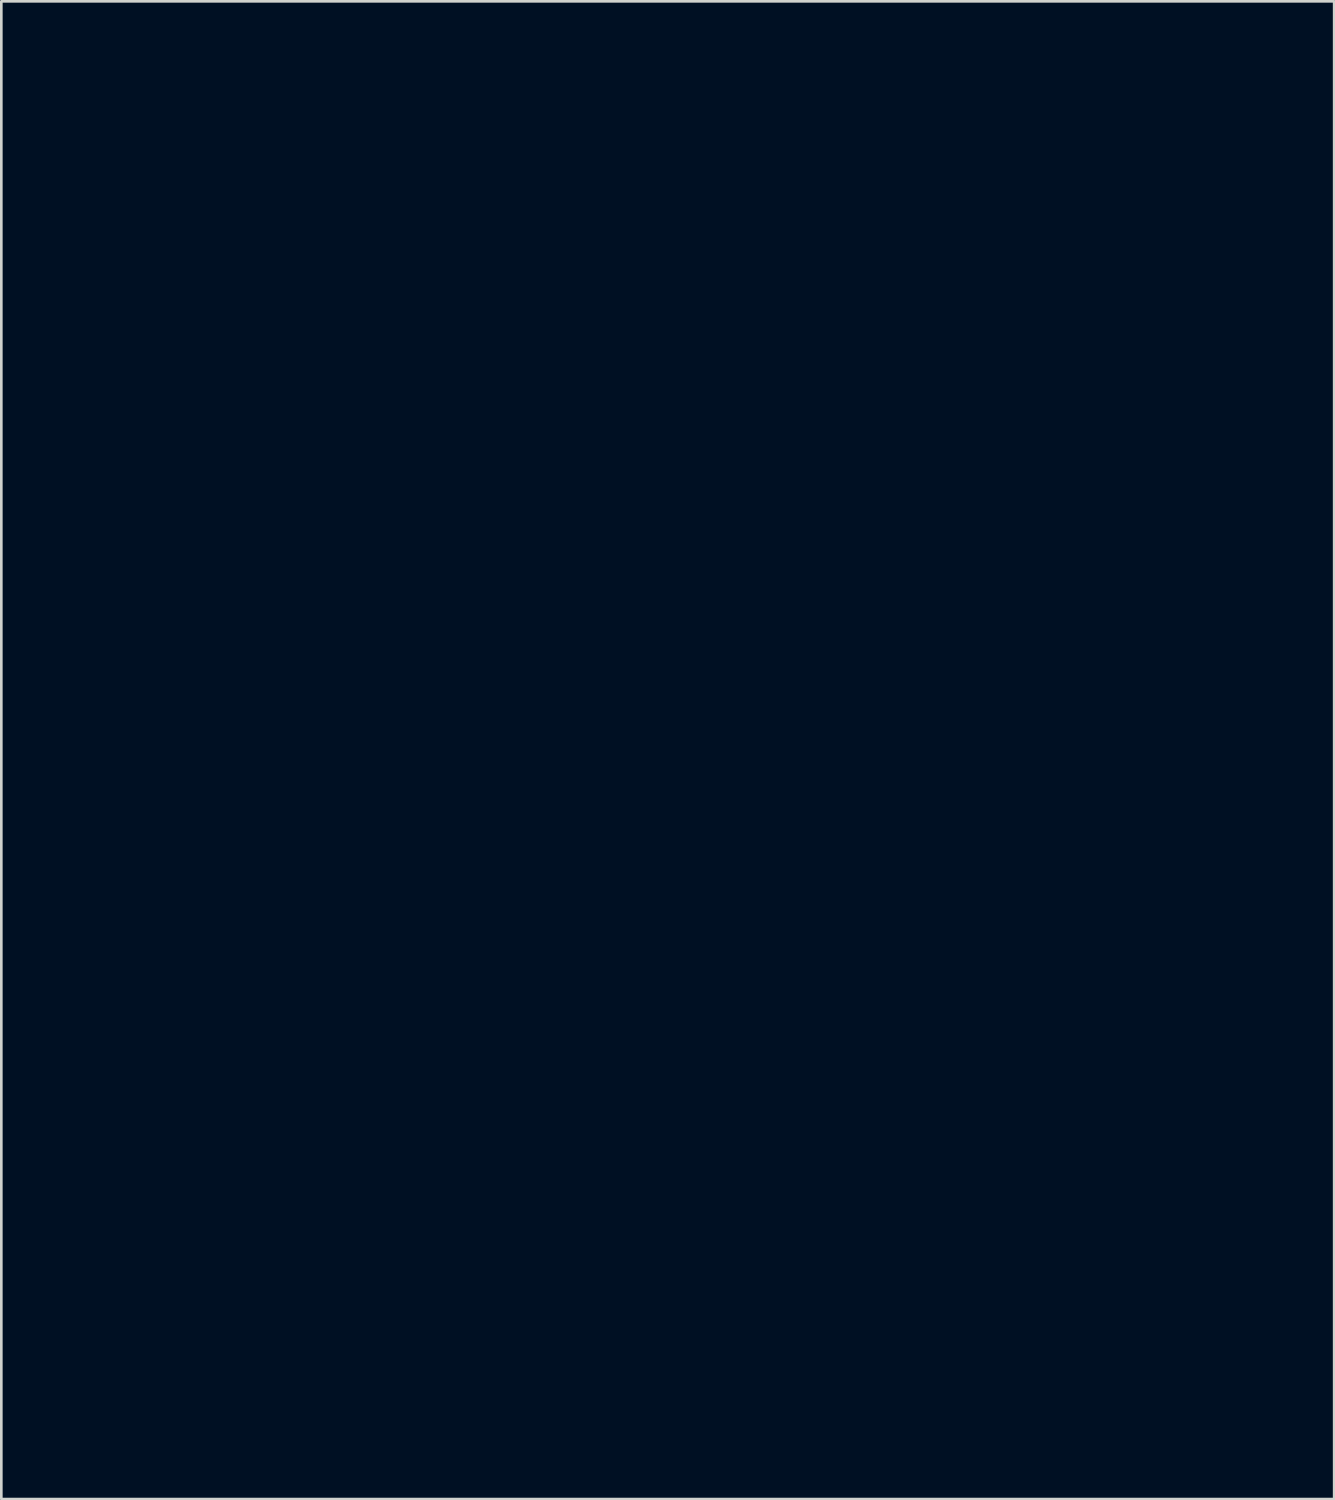
<source format=kicad_pcb>
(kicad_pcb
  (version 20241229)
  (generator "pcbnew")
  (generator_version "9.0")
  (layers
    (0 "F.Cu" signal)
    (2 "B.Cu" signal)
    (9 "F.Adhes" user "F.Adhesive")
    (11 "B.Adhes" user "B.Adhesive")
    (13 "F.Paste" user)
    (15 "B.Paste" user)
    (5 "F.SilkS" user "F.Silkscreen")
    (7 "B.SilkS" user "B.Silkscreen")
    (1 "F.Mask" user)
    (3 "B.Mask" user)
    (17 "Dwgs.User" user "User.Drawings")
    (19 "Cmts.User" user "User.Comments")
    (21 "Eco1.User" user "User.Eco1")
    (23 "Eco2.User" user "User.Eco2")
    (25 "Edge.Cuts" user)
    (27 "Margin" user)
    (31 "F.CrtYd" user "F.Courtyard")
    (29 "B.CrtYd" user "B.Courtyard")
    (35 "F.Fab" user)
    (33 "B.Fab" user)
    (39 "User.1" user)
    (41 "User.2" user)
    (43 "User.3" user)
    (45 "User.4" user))
  (footprint "HH24_S_F.Mask"
    (layer "F.Cu")
    (at 23.091 3.234)
    (property "Reference" "HH24_S_F.Mask" (at 0 0 0) (layer "F.Mask") (effects (font (size 1.5 1.5) (thickness 0.3))))
    (attr board_only exclude_from_pos_files exclude_from_bom)
    (fp_poly (pts (xy 3.313 20.301) (xy 3.44 20.33) (xy 3.554 20.388) (xy 3.652 20.465) (xy 3.754 20.576) (xy 3.82 20.692) (xy 3.856 20.825) (xy 3.865 20.962) (xy 3.855 21.11) (xy 3.819 21.233) (xy 3.753 21.346) (xy 3.689 21.422) (xy 3.586 21.516) (xy 3.475 21.578) (xy 3.346 21.613) (xy 3.22 21.625) (xy 3.126 21.627) (xy 3.059 21.622) (xy 3.001 21.608) (xy 2.939 21.582) (xy 2.913 21.57) (xy 2.774 21.481) (xy 2.658 21.362) (xy 2.577 21.229) (xy 2.544 21.12) (xy 2.53 20.99) (xy 2.536 20.856) (xy 2.561 20.735) (xy 2.578 20.693) (xy 2.667 20.546) (xy 2.782 20.431) (xy 2.921 20.351) (xy 3.082 20.306) (xy 3.16 20.298)) (stroke (width 0) (type solid)) (fill yes) (layer "F.Mask"))
    (fp_poly (pts (xy -8.91 16.54) (xy -8.907 16.575) (xy -8.901 16.649) (xy -8.892 16.759) (xy -8.881 16.903) (xy -8.867 17.077) (xy -8.851 17.278) (xy -8.834 17.504) (xy -8.815 17.751) (xy -8.795 18.017) (xy -8.773 18.298) (xy -8.751 18.591) (xy -8.736 18.789) (xy -8.573 20.937) (xy -8.736 23.089) (xy -8.759 23.389) (xy -8.781 23.679) (xy -8.802 23.955) (xy -8.822 24.215) (xy -8.841 24.455) (xy -8.858 24.673) (xy -8.873 24.866) (xy -8.886 25.03) (xy -8.897 25.163) (xy -8.905 25.262) (xy -8.91 25.323) (xy -8.912 25.342) (xy -8.924 25.442) (xy -9.075 25.442) (xy -9.226 25.442) (xy -9.4 23.19) (xy -9.574 20.937) (xy -9.4 18.688) (xy -9.226 16.439) (xy -9.074 16.439) (xy -8.923 16.439)) (stroke (width 0) (type solid)) (fill yes) (layer "F.Mask"))
    (fp_poly (pts (xy -22.288 20.299) (xy -22.231 20.311) (xy -22.171 20.334) (xy -22.155 20.342) (xy -22.015 20.423) (xy -21.907 20.525) (xy -21.822 20.656) (xy -21.821 20.659) (xy -21.787 20.733) (xy -21.767 20.797) (xy -21.758 20.868) (xy -21.756 20.962) (xy -21.759 21.057) (xy -21.768 21.128) (xy -21.788 21.192) (xy -21.821 21.264) (xy -21.908 21.4) (xy -22.02 21.506) (xy -22.122 21.569) (xy -22.207 21.599) (xy -22.317 21.618) (xy -22.437 21.626) (xy -22.551 21.621) (xy -22.643 21.603) (xy -22.652 21.6) (xy -22.772 21.54) (xy -22.883 21.458) (xy -22.956 21.381) (xy -23.035 21.244) (xy -23.08 21.093) (xy -23.091 20.936) (xy -23.068 20.781) (xy -23.012 20.636) (xy -22.923 20.51) (xy -22.912 20.498) (xy -22.814 20.409) (xy -22.715 20.351) (xy -22.602 20.316) (xy -22.464 20.3) (xy -22.452 20.299) (xy -22.356 20.296)) (stroke (width 0) (type solid)) (fill yes) (layer "F.Mask"))
    (fp_poly (pts (xy -4.915 20.3) (xy -4.822 20.313) (xy -4.76 20.328) (xy -4.66 20.378) (xy -4.558 20.456) (xy -4.465 20.552) (xy -4.394 20.654) (xy -4.389 20.663) (xy -4.361 20.722) (xy -4.344 20.777) (xy -4.336 20.841) (xy -4.333 20.929) (xy -4.333 20.962) (xy -4.335 21.061) (xy -4.343 21.133) (xy -4.358 21.191) (xy -4.385 21.25) (xy -4.39 21.261) (xy -4.458 21.362) (xy -4.549 21.459) (xy -4.651 21.539) (xy -4.751 21.592) (xy -4.76 21.595) (xy -4.908 21.627) (xy -5.066 21.627) (xy -5.216 21.596) (xy -5.285 21.569) (xy -5.424 21.481) (xy -5.539 21.363) (xy -5.621 21.229) (xy -5.647 21.154) (xy -5.661 21.066) (xy -5.665 20.962) (xy -5.661 20.85) (xy -5.646 20.764) (xy -5.621 20.694) (xy -5.534 20.551) (xy -5.419 20.436) (xy -5.281 20.353) (xy -5.127 20.305) (xy -5.009 20.295)) (stroke (width 0) (type solid)) (fill yes) (layer "F.Mask"))
    (fp_poly (pts (xy 11.586 20.299) (xy 11.643 20.311) (xy 11.702 20.334) (xy 11.719 20.342) (xy 11.858 20.422) (xy 11.966 20.524) (xy 12.05 20.655) (xy 12.056 20.666) (xy 12.093 20.749) (xy 12.113 20.82) (xy 12.121 20.899) (xy 12.122 20.959) (xy 12.103 21.131) (xy 12.047 21.283) (xy 11.956 21.414) (xy 11.83 21.52) (xy 11.753 21.565) (xy 11.675 21.6) (xy 11.608 21.62) (xy 11.532 21.627) (xy 11.463 21.628) (xy 11.371 21.624) (xy 11.285 21.613) (xy 11.222 21.599) (xy 11.221 21.599) (xy 11.152 21.568) (xy 11.077 21.525) (xy 11.055 21.511) (xy 10.941 21.407) (xy 10.858 21.281) (xy 10.805 21.139) (xy 10.784 20.988) (xy 10.795 20.835) (xy 10.838 20.688) (xy 10.915 20.553) (xy 10.976 20.482) (xy 11.073 20.4) (xy 11.172 20.345) (xy 11.288 20.313) (xy 11.422 20.299) (xy 11.517 20.296)) (stroke (width 0) (type solid)) (fill yes) (layer "F.Mask"))
    (fp_poly (pts (xy 20.866 20.3) (xy 20.959 20.313) (xy 21.022 20.328) (xy 21.121 20.378) (xy 21.223 20.457) (xy 21.316 20.552) (xy 21.387 20.654) (xy 21.392 20.663) (xy 21.42 20.723) (xy 21.437 20.778) (xy 21.446 20.844) (xy 21.449 20.934) (xy 21.449 20.962) (xy 21.447 21.06) (xy 21.44 21.131) (xy 21.425 21.188) (xy 21.4 21.245) (xy 21.392 21.261) (xy 21.323 21.363) (xy 21.232 21.459) (xy 21.13 21.54) (xy 21.03 21.592) (xy 21.022 21.595) (xy 20.873 21.627) (xy 20.715 21.627) (xy 20.565 21.596) (xy 20.496 21.569) (xy 20.358 21.481) (xy 20.242 21.363) (xy 20.161 21.229) (xy 20.134 21.154) (xy 20.12 21.066) (xy 20.116 20.962) (xy 20.121 20.85) (xy 20.135 20.764) (xy 20.161 20.694) (xy 20.247 20.551) (xy 20.362 20.436) (xy 20.5 20.353) (xy 20.655 20.305) (xy 20.773 20.295)) (stroke (width 0) (type solid)) (fill yes) (layer "F.Mask"))
    (fp_poly (pts (xy -13.211 20.301) (xy -13.15 20.317) (xy -13.078 20.346) (xy -13.073 20.348) (xy -12.935 20.432) (xy -12.819 20.545) (xy -12.733 20.68) (xy -12.728 20.692) (xy -12.691 20.82) (xy -12.68 20.964) (xy -12.694 21.11) (xy -12.734 21.241) (xy -12.739 21.251) (xy -12.828 21.388) (xy -12.949 21.502) (xy -13.078 21.578) (xy -13.187 21.612) (xy -13.318 21.628) (xy -13.452 21.624) (xy -13.574 21.601) (xy -13.595 21.594) (xy -13.686 21.546) (xy -13.783 21.471) (xy -13.873 21.38) (xy -13.944 21.283) (xy -13.956 21.261) (xy -13.985 21.201) (xy -14.002 21.145) (xy -14.01 21.08) (xy -14.013 20.989) (xy -14.013 20.962) (xy -14.011 20.863) (xy -14.004 20.793) (xy -13.99 20.736) (xy -13.964 20.679) (xy -13.957 20.665) (xy -13.861 20.521) (xy -13.745 20.413) (xy -13.607 20.341) (xy -13.445 20.304) (xy -13.375 20.298) (xy -13.281 20.296)) (stroke (width 0) (type solid)) (fill yes) (layer "F.Mask"))
    (fp_poly (pts (xy -20.867 24.243) (xy -20.866 24.401) (xy -20.866 24.522) (xy -20.862 24.61) (xy -20.856 24.671) (xy -20.845 24.71) (xy -20.828 24.732) (xy -20.805 24.741) (xy -20.773 24.743) (xy -20.747 24.743) (xy -20.712 24.749) (xy -20.706 24.762) (xy -20.73 24.769) (xy -20.785 24.775) (xy -20.859 24.778) (xy -20.943 24.779) (xy -21.026 24.778) (xy -21.097 24.775) (xy -21.146 24.769) (xy -21.163 24.762) (xy -21.145 24.747) (xy -21.099 24.733) (xy -21.092 24.732) (xy -21.02 24.718) (xy -21.01 24.323) (xy -21.007 24.198) (xy -21.006 24.088) (xy -21.005 24) (xy -21.006 23.941) (xy -21.009 23.917) (xy -21.009 23.917) (xy -21.026 23.925) (xy -21.056 23.957) (xy -21.057 23.96) (xy -21.108 24.028) (xy -21.14 24.067) (xy -21.159 24.084) (xy -21.172 24.084) (xy -21.186 24.072) (xy -21.186 24.072) (xy -21.189 24.042) (xy -21.166 23.994) (xy -21.125 23.936) (xy -21.073 23.876) (xy -21.017 23.823) (xy -20.965 23.785) (xy -20.925 23.77) (xy -20.867 23.769)) (stroke (width 0) (type solid)) (fill yes) (layer "F.Mask"))
    (fp_poly (pts (xy 19.416 23.771) (xy 19.513 23.83) (xy 19.597 23.928) (xy 19.629 23.985) (xy 19.669 24.099) (xy 19.687 24.232) (xy 19.682 24.367) (xy 19.655 24.487) (xy 19.645 24.51) (xy 19.583 24.609) (xy 19.495 24.699) (xy 19.395 24.766) (xy 19.37 24.778) (xy 19.313 24.799) (xy 19.268 24.804) (xy 19.215 24.793) (xy 19.161 24.775) (xy 19.067 24.722) (xy 18.986 24.642) (xy 18.929 24.547) (xy 18.919 24.518) (xy 18.909 24.457) (xy 18.901 24.371) (xy 18.897 24.276) (xy 18.897 24.255) (xy 18.902 24.178) (xy 19.026 24.178) (xy 19.029 24.279) (xy 19.051 24.43) (xy 19.094 24.547) (xy 19.162 24.636) (xy 19.257 24.7) (xy 19.278 24.71) (xy 19.367 24.73) (xy 19.442 24.71) (xy 19.462 24.697) (xy 19.492 24.653) (xy 19.52 24.579) (xy 19.543 24.486) (xy 19.558 24.386) (xy 19.562 24.309) (xy 19.55 24.177) (xy 19.517 24.06) (xy 19.466 23.964) (xy 19.402 23.892) (xy 19.329 23.847) (xy 19.251 23.835) (xy 19.171 23.859) (xy 19.131 23.887) (xy 19.074 23.957) (xy 19.039 24.052) (xy 19.026 24.178) (xy 18.902 24.178) (xy 18.907 24.103) (xy 18.941 23.984) (xy 19 23.892) (xy 19.064 23.838) (xy 19.189 23.774) (xy 19.307 23.752)) (stroke (width 0) (type solid)) (fill yes) (layer "F.Mask"))
    (fp_poly (pts (xy -0.838 16.44) (xy -0.791 16.445) (xy -0.768 16.456) (xy -0.763 16.476) (xy -0.763 16.477) (xy -0.761 16.503) (xy -0.756 16.569) (xy -0.749 16.671) (xy -0.739 16.806) (xy -0.726 16.973) (xy -0.712 17.168) (xy -0.695 17.388) (xy -0.677 17.63) (xy -0.657 17.892) (xy -0.636 18.171) (xy -0.613 18.464) (xy -0.593 18.727) (xy -0.424 20.938) (xy -0.593 23.152) (xy -0.617 23.455) (xy -0.639 23.746) (xy -0.66 24.023) (xy -0.679 24.283) (xy -0.698 24.523) (xy -0.714 24.74) (xy -0.728 24.931) (xy -0.74 25.094) (xy -0.75 25.226) (xy -0.757 25.323) (xy -0.761 25.384) (xy -0.763 25.404) (xy -0.768 25.424) (xy -0.788 25.436) (xy -0.834 25.441) (xy -0.912 25.442) (xy -0.919 25.442) (xy -1.075 25.442) (xy -1.087 25.31) (xy -1.091 25.27) (xy -1.097 25.192) (xy -1.106 25.077) (xy -1.118 24.929) (xy -1.132 24.751) (xy -1.148 24.546) (xy -1.165 24.318) (xy -1.185 24.068) (xy -1.205 23.801) (xy -1.227 23.519) (xy -1.249 23.226) (xy -1.262 23.059) (xy -1.424 20.94) (xy -1.262 18.822) (xy -1.239 18.523) (xy -1.217 18.235) (xy -1.196 17.959) (xy -1.176 17.699) (xy -1.157 17.459) (xy -1.14 17.24) (xy -1.125 17.047) (xy -1.112 16.882) (xy -1.102 16.749) (xy -1.094 16.65) (xy -1.089 16.588) (xy -1.087 16.571) (xy -1.075 16.439) (xy -0.919 16.439)) (stroke (width 0) (type solid)) (fill yes) (layer "F.Mask"))
    (fp_poly (pts (xy 7.337 16.561) (xy 7.34 16.599) (xy 7.347 16.676) (xy 7.356 16.789) (xy 7.367 16.936) (xy 7.381 17.112) (xy 7.397 17.316) (xy 7.415 17.544) (xy 7.434 17.792) (xy 7.454 18.059) (xy 7.476 18.341) (xy 7.498 18.634) (xy 7.512 18.811) (xy 7.673 20.94) (xy 7.511 23.069) (xy 7.489 23.368) (xy 7.467 23.657) (xy 7.446 23.933) (xy 7.426 24.193) (xy 7.407 24.433) (xy 7.39 24.652) (xy 7.375 24.845) (xy 7.362 25.009) (xy 7.352 25.143) (xy 7.344 25.241) (xy 7.339 25.303) (xy 7.337 25.321) (xy 7.324 25.442) (xy 7.168 25.442) (xy 7.088 25.442) (xy 7.042 25.438) (xy 7.019 25.427) (xy 7.012 25.407) (xy 7.012 25.39) (xy 7.01 25.362) (xy 7.006 25.295) (xy 6.998 25.191) (xy 6.988 25.054) (xy 6.976 24.885) (xy 6.961 24.689) (xy 6.944 24.468) (xy 6.926 24.224) (xy 6.905 23.961) (xy 6.884 23.682) (xy 6.862 23.389) (xy 6.842 23.14) (xy 6.673 20.942) (xy 6.842 18.738) (xy 6.866 18.436) (xy 6.888 18.145) (xy 6.909 17.868) (xy 6.929 17.608) (xy 6.947 17.368) (xy 6.964 17.151) (xy 6.978 16.96) (xy 6.99 16.797) (xy 7 16.665) (xy 7.007 16.567) (xy 7.011 16.507) (xy 7.012 16.487) (xy 7.015 16.462) (xy 7.029 16.448) (xy 7.064 16.441) (xy 7.128 16.439) (xy 7.168 16.439) (xy 7.324 16.439)) (stroke (width 0) (type solid)) (fill yes) (layer "F.Mask"))
    (fp_poly (pts (xy 15.94 16.44) (xy 15.987 16.445) (xy 16.01 16.456) (xy 16.015 16.476) (xy 16.015 16.477) (xy 16.017 16.503) (xy 16.022 16.569) (xy 16.029 16.671) (xy 16.039 16.806) (xy 16.051 16.973) (xy 16.066 17.168) (xy 16.083 17.388) (xy 16.101 17.63) (xy 16.121 17.892) (xy 16.142 18.171) (xy 16.165 18.464) (xy 16.185 18.727) (xy 16.354 20.938) (xy 16.185 23.152) (xy 16.161 23.455) (xy 16.139 23.746) (xy 16.118 24.023) (xy 16.099 24.283) (xy 16.08 24.523) (xy 16.064 24.74) (xy 16.05 24.931) (xy 16.038 25.094) (xy 16.028 25.226) (xy 16.021 25.323) (xy 16.017 25.384) (xy 16.015 25.404) (xy 16.01 25.424) (xy 15.99 25.436) (xy 15.944 25.441) (xy 15.866 25.442) (xy 15.859 25.442) (xy 15.703 25.442) (xy 15.691 25.31) (xy 15.687 25.27) (xy 15.681 25.192) (xy 15.672 25.077) (xy 15.66 24.929) (xy 15.646 24.751) (xy 15.63 24.546) (xy 15.613 24.318) (xy 15.593 24.068) (xy 15.573 23.801) (xy 15.551 23.519) (xy 15.529 23.226) (xy 15.516 23.059) (xy 15.354 20.94) (xy 15.516 18.822) (xy 15.539 18.523) (xy 15.561 18.235) (xy 15.582 17.959) (xy 15.602 17.699) (xy 15.621 17.459) (xy 15.638 17.24) (xy 15.653 17.047) (xy 15.666 16.882) (xy 15.676 16.749) (xy 15.684 16.65) (xy 15.689 16.588) (xy 15.691 16.571) (xy 15.703 16.439) (xy 15.859 16.439)) (stroke (width 0) (type solid)) (fill yes) (layer "F.Mask"))
    (fp_poly (pts (xy -18.019 16.528) (xy -18.015 16.565) (xy -18.009 16.64) (xy -17.999 16.75) (xy -17.988 16.892) (xy -17.974 17.061) (xy -17.959 17.256) (xy -17.942 17.471) (xy -17.924 17.704) (xy -17.905 17.95) (xy -17.885 18.207) (xy -17.865 18.471) (xy -17.845 18.739) (xy -17.824 19.006) (xy -17.804 19.27) (xy -17.785 19.526) (xy -17.766 19.772) (xy -17.749 20.004) (xy -17.733 20.217) (xy -17.719 20.41) (xy -17.707 20.578) (xy -17.697 20.717) (xy -17.689 20.825) (xy -17.685 20.897) (xy -17.683 20.93) (xy -17.684 20.963) (xy -17.689 21.035) (xy -17.696 21.141) (xy -17.706 21.28) (xy -17.718 21.447) (xy -17.732 21.639) (xy -17.747 21.852) (xy -17.764 22.083) (xy -17.783 22.328) (xy -17.802 22.584) (xy -17.822 22.847) (xy -17.842 23.114) (xy -17.862 23.382) (xy -17.883 23.646) (xy -17.902 23.904) (xy -17.922 24.152) (xy -17.94 24.386) (xy -17.957 24.603) (xy -17.972 24.8) (xy -17.986 24.972) (xy -17.998 25.117) (xy -18.007 25.231) (xy -18.014 25.31) (xy -18.019 25.352) (xy -18.019 25.352) (xy -18.03 25.442) (xy -18.177 25.442) (xy -18.255 25.441) (xy -18.3 25.436) (xy -18.322 25.423) (xy -18.332 25.4) (xy -18.333 25.395) (xy -18.336 25.367) (xy -18.342 25.301) (xy -18.351 25.198) (xy -18.362 25.061) (xy -18.375 24.893) (xy -18.391 24.697) (xy -18.408 24.475) (xy -18.427 24.232) (xy -18.447 23.969) (xy -18.469 23.689) (xy -18.491 23.395) (xy -18.512 23.123) (xy -18.68 20.898) (xy -18.507 18.674) (xy -18.335 16.45) (xy -18.183 16.443) (xy -18.031 16.437)) (stroke (width 0) (type solid)) (fill yes) (layer "F.Mask"))
    (fp_poly (pts (xy 7.409 39.865) (xy 7.415 39.888) (xy 7.418 39.912) (xy 7.434 39.93) (xy 7.467 39.942) (xy 7.523 39.949) (xy 7.609 39.952) (xy 7.729 39.954) (xy 7.766 39.954) (xy 7.884 39.954) (xy 7.966 39.957) (xy 8.017 39.963) (xy 8.043 39.971) (xy 8.05 39.983) (xy 8.038 40.012) (xy 8.007 40.066) (xy 7.961 40.136) (xy 7.931 40.179) (xy 7.851 40.293) (xy 7.794 40.383) (xy 7.756 40.461) (xy 7.731 40.534) (xy 7.714 40.614) (xy 7.71 40.647) (xy 7.696 40.755) (xy 7.691 40.828) (xy 7.694 40.873) (xy 7.708 40.899) (xy 7.735 40.912) (xy 7.774 40.92) (xy 7.824 40.932) (xy 7.849 40.945) (xy 7.849 40.949) (xy 7.825 40.956) (xy 7.771 40.961) (xy 7.697 40.963) (xy 7.613 40.964) (xy 7.53 40.963) (xy 7.459 40.96) (xy 7.41 40.955) (xy 7.393 40.948) (xy 7.412 40.934) (xy 7.457 40.921) (xy 7.464 40.919) (xy 7.504 40.91) (xy 7.527 40.893) (xy 7.539 40.857) (xy 7.548 40.791) (xy 7.549 40.779) (xy 7.57 40.676) (xy 7.613 40.553) (xy 7.68 40.407) (xy 7.773 40.233) (xy 7.774 40.231) (xy 7.809 40.159) (xy 7.832 40.091) (xy 7.838 40.054) (xy 7.838 39.99) (xy 7.679 40.003) (xy 7.559 40.018) (xy 7.475 40.042) (xy 7.42 40.077) (xy 7.39 40.127) (xy 7.38 40.166) (xy 7.363 40.232) (xy 7.341 40.267) (xy 7.317 40.266) (xy 7.316 40.265) (xy 7.314 40.24) (xy 7.317 40.184) (xy 7.324 40.104) (xy 7.331 40.051) (xy 7.346 39.948) (xy 7.36 39.883) (xy 7.376 39.852) (xy 7.385 39.848)) (stroke (width 0) (type solid)) (fill yes) (layer "F.Mask"))
    (fp_poly (pts (xy -13.174 34.359) (xy -13.168 34.36) (xy -13.062 34.4) (xy -12.992 34.459) (xy -12.959 34.534) (xy -12.964 34.618) (xy -13.01 34.707) (xy -13.045 34.748) (xy -13.101 34.807) (xy -13.024 34.87) (xy -12.949 34.953) (xy -12.913 35.045) (xy -12.918 35.142) (xy -12.923 35.156) (xy -12.978 35.265) (xy -13.063 35.344) (xy -13.161 35.388) (xy -13.24 35.409) (xy -13.297 35.417) (xy -13.35 35.411) (xy -13.393 35.399) (xy -13.451 35.376) (xy -13.516 35.342) (xy -13.524 35.337) (xy -13.597 35.292) (xy -13.63 35.339) (xy -13.66 35.373) (xy -13.675 35.367) (xy -13.674 35.323) (xy -13.658 35.239) (xy -13.647 35.195) (xy -13.623 35.112) (xy -13.599 35.052) (xy -13.579 35.021) (xy -13.564 35.021) (xy -13.558 35.057) (xy -13.558 35.06) (xy -13.54 35.134) (xy -13.493 35.212) (xy -13.428 35.283) (xy -13.355 35.333) (xy -13.31 35.348) (xy -13.229 35.349) (xy -13.155 35.324) (xy -13.102 35.279) (xy -13.09 35.257) (xy -13.079 35.205) (xy -13.072 35.133) (xy -13.071 35.099) (xy -13.075 35.027) (xy -13.094 34.977) (xy -13.131 34.933) (xy -13.192 34.889) (xy -13.26 34.86) (xy -13.269 34.858) (xy -13.327 34.84) (xy -13.344 34.818) (xy -13.323 34.797) (xy -13.263 34.781) (xy -13.249 34.779) (xy -13.174 34.766) (xy -13.13 34.741) (xy -13.108 34.694) (xy -13.097 34.629) (xy -13.094 34.564) (xy -13.107 34.521) (xy -13.142 34.477) (xy -13.151 34.468) (xy -13.221 34.419) (xy -13.295 34.401) (xy -13.364 34.413) (xy -13.416 34.454) (xy -13.441 34.509) (xy -13.453 34.556) (xy -13.469 34.569) (xy -13.504 34.558) (xy -13.525 34.548) (xy -13.568 34.524) (xy -13.574 34.5) (xy -13.545 34.465) (xy -13.531 34.452) (xy -13.425 34.382) (xy -13.303 34.351)) (stroke (width 0) (type solid)) (fill yes) (layer "F.Mask"))
    (fp_poly (pts (xy 11.817 34.183) (xy 11.91 34.21) (xy 11.985 34.267) (xy 12.043 34.348) (xy 12.06 34.435) (xy 12.034 34.527) (xy 11.987 34.6) (xy 11.924 34.679) (xy 11.99 34.735) (xy 12.065 34.816) (xy 12.104 34.9) (xy 12.106 34.977) (xy 12.074 35.053) (xy 12.015 35.129) (xy 11.945 35.187) (xy 11.93 35.196) (xy 11.849 35.223) (xy 11.746 35.237) (xy 11.641 35.237) (xy 11.573 35.227) (xy 11.484 35.188) (xy 11.414 35.124) (xy 11.37 35.043) (xy 11.358 34.957) (xy 11.36 34.94) (xy 11.493 34.94) (xy 11.497 35.018) (xy 11.538 35.089) (xy 11.609 35.143) (xy 11.617 35.147) (xy 11.723 35.182) (xy 11.808 35.181) (xy 11.875 35.143) (xy 11.884 35.135) (xy 11.926 35.063) (xy 11.943 34.976) (xy 11.947 34.913) (xy 11.939 34.87) (xy 11.912 34.831) (xy 11.868 34.785) (xy 11.812 34.734) (xy 11.765 34.708) (xy 11.711 34.7) (xy 11.696 34.7) (xy 11.611 34.714) (xy 11.567 34.742) (xy 11.543 34.77) (xy 11.525 34.806) (xy 11.51 34.861) (xy 11.493 34.94) (xy 11.36 34.94) (xy 11.363 34.925) (xy 11.382 34.88) (xy 11.417 34.818) (xy 11.447 34.771) (xy 11.519 34.666) (xy 11.458 34.598) (xy 11.408 34.517) (xy 11.396 34.435) (xy 11.402 34.414) (xy 11.548 34.414) (xy 11.559 34.505) (xy 11.591 34.561) (xy 11.658 34.623) (xy 11.733 34.653) (xy 11.805 34.65) (xy 11.862 34.616) (xy 11.9 34.555) (xy 11.921 34.473) (xy 11.922 34.39) (xy 11.918 34.371) (xy 11.884 34.315) (xy 11.821 34.269) (xy 11.742 34.24) (xy 11.687 34.234) (xy 11.632 34.239) (xy 11.6 34.261) (xy 11.576 34.307) (xy 11.548 34.414) (xy 11.402 34.414) (xy 11.417 34.356) (xy 11.466 34.286) (xy 11.54 34.229) (xy 11.634 34.192) (xy 11.743 34.178)) (stroke (width 0) (type solid)) (fill yes) (layer "F.Mask"))
    (fp_poly (pts (xy -16.973 29.116) (xy -16.874 29.15) (xy -16.805 29.215) (xy -16.766 29.309) (xy -16.757 29.402) (xy -16.76 29.468) (xy -16.775 29.517) (xy -16.808 29.565) (xy -16.843 29.604) (xy -16.909 29.664) (xy -16.994 29.725) (xy -17.068 29.768) (xy -17.162 29.82) (xy -17.223 29.871) (xy -17.259 29.928) (xy -17.279 30.001) (xy -17.28 30.005) (xy -17.292 30.082) (xy -17.189 30.069) (xy -17.052 30.051) (xy -16.944 30.032) (xy -16.869 30.014) (xy -16.832 29.996) (xy -16.832 29.996) (xy -16.814 29.963) (xy -16.795 29.907) (xy -16.789 29.885) (xy -16.764 29.817) (xy -16.729 29.789) (xy -16.727 29.788) (xy -16.699 29.79) (xy -16.702 29.817) (xy -16.703 29.82) (xy -16.714 29.858) (xy -16.729 29.925) (xy -16.745 30.011) (xy -16.753 30.055) (xy -16.772 30.148) (xy -16.789 30.214) (xy -16.804 30.249) (xy -16.815 30.25) (xy -16.82 30.214) (xy -16.82 30.199) (xy -16.828 30.168) (xy -16.855 30.146) (xy -16.905 30.132) (xy -16.984 30.126) (xy -17.095 30.127) (xy -17.236 30.134) (xy -17.349 30.14) (xy -17.425 30.142) (xy -17.472 30.136) (xy -17.493 30.12) (xy -17.496 30.091) (xy -17.485 30.046) (xy -17.477 30.016) (xy -17.44 29.935) (xy -17.374 29.862) (xy -17.273 29.792) (xy -17.2 29.752) (xy -17.075 29.683) (xy -16.988 29.618) (xy -16.931 29.553) (xy -16.904 29.497) (xy -16.888 29.394) (xy -16.909 29.303) (xy -16.963 29.233) (xy -17.046 29.188) (xy -17.1 29.177) (xy -17.18 29.18) (xy -17.235 29.214) (xy -17.268 29.282) (xy -17.281 29.351) (xy -17.297 29.425) (xy -17.327 29.47) (xy -17.343 29.483) (xy -17.39 29.502) (xy -17.421 29.487) (xy -17.442 29.433) (xy -17.446 29.414) (xy -17.445 29.351) (xy -17.413 29.283) (xy -17.41 29.278) (xy -17.331 29.193) (xy -17.228 29.139) (xy -17.099 29.113)) (stroke (width 0) (type solid)) (fill yes) (layer "F.Mask"))
    (fp_poly (pts (xy -8.626 40.474) (xy -8.625 40.491) (xy -8.663 40.514) (xy -8.686 40.522) (xy -8.749 40.545) (xy -8.749 40.885) (xy -8.749 41.225) (xy -8.676 41.225) (xy -8.618 41.231) (xy -8.593 41.244) (xy -8.604 41.26) (xy -8.654 41.271) (xy -8.659 41.271) (xy -8.712 41.279) (xy -8.736 41.299) (xy -8.745 41.344) (xy -8.745 41.35) (xy -8.74 41.414) (xy -8.707 41.448) (xy -8.647 41.457) (xy -8.614 41.464) (xy -8.61 41.476) (xy -8.634 41.485) (xy -8.688 41.49) (xy -8.76 41.492) (xy -8.838 41.492) (xy -8.912 41.49) (xy -8.97 41.485) (xy -9.001 41.477) (xy -9.003 41.474) (xy -8.985 41.458) (xy -8.941 41.444) (xy -8.939 41.444) (xy -8.896 41.431) (xy -8.88 41.406) (xy -8.88 41.355) (xy -8.88 41.354) (xy -8.887 41.278) (xy -9.12 41.276) (xy -9.353 41.275) (xy -9.348 41.193) (xy -9.345 41.171) (xy -9.173 41.171) (xy -9.171 41.199) (xy -9.158 41.215) (xy -9.126 41.223) (xy -9.065 41.225) (xy -9.026 41.225) (xy -8.878 41.225) (xy -8.881 40.949) (xy -8.883 40.847) (xy -8.887 40.762) (xy -8.892 40.702) (xy -8.898 40.675) (xy -8.899 40.674) (xy -8.919 40.691) (xy -8.953 40.735) (xy -8.997 40.798) (xy -9.045 40.87) (xy -9.089 40.943) (xy -9.125 41.007) (xy -9.141 41.042) (xy -9.162 41.107) (xy -9.173 41.165) (xy -9.173 41.171) (xy -9.345 41.171) (xy -9.341 41.146) (xy -9.324 41.098) (xy -9.294 41.043) (xy -9.246 40.974) (xy -9.177 40.887) (xy -9.083 40.776) (xy -9.07 40.761) (xy -9.005 40.683) (xy -8.954 40.617) (xy -8.92 40.569) (xy -8.91 40.544) (xy -8.91 40.544) (xy -8.938 40.528) (xy -8.961 40.526) (xy -9.001 40.516) (xy -9.014 40.504) (xy -9.004 40.491) (xy -8.959 40.484) (xy -8.936 40.483) (xy -8.858 40.48) (xy -8.767 40.473) (xy -8.733 40.47) (xy -8.663 40.466)) (stroke (width 0) (type solid)) (fill yes) (layer "F.Mask"))
    (fp_poly (pts (xy 3.148 46.471) (xy 3.145 46.507) (xy 3.135 46.552) (xy 3.122 46.624) (xy 3.108 46.709) (xy 3.105 46.724) (xy 3.092 46.805) (xy 3.082 46.849) (xy 3.075 46.859) (xy 3.068 46.841) (xy 3.062 46.812) (xy 3.026 46.73) (xy 2.958 46.657) (xy 2.869 46.602) (xy 2.823 46.586) (xy 2.746 46.568) (xy 2.695 46.567) (xy 2.658 46.585) (xy 2.638 46.605) (xy 2.62 46.636) (xy 2.596 46.691) (xy 2.572 46.757) (xy 2.549 46.825) (xy 2.533 46.882) (xy 2.528 46.917) (xy 2.53 46.923) (xy 2.552 46.916) (xy 2.598 46.898) (xy 2.613 46.891) (xy 2.724 46.864) (xy 2.839 46.868) (xy 2.948 46.899) (xy 3.04 46.956) (xy 3.092 47.017) (xy 3.128 47.113) (xy 3.131 47.219) (xy 3.103 47.323) (xy 3.048 47.413) (xy 2.982 47.47) (xy 2.882 47.51) (xy 2.766 47.527) (xy 2.653 47.517) (xy 2.616 47.506) (xy 2.527 47.458) (xy 2.46 47.384) (xy 2.412 47.278) (xy 2.403 47.249) (xy 2.394 47.195) (xy 2.56 47.195) (xy 2.572 47.303) (xy 2.613 47.383) (xy 2.686 47.438) (xy 2.697 47.443) (xy 2.791 47.471) (xy 2.865 47.463) (xy 2.921 47.42) (xy 2.957 47.348) (xy 2.979 47.255) (xy 2.983 47.158) (xy 2.977 47.116) (xy 2.952 47.058) (xy 2.909 46.998) (xy 2.899 46.987) (xy 2.843 46.942) (xy 2.782 46.925) (xy 2.745 46.923) (xy 2.668 46.934) (xy 2.615 46.968) (xy 2.581 47.03) (xy 2.564 47.126) (xy 2.56 47.195) (xy 2.394 47.195) (xy 2.38 47.112) (xy 2.386 46.969) (xy 2.418 46.831) (xy 2.474 46.706) (xy 2.549 46.603) (xy 2.642 46.529) (xy 2.657 46.522) (xy 2.725 46.495) (xy 2.787 46.48) (xy 2.804 46.478) (xy 2.876 46.492) (xy 2.958 46.528) (xy 3.031 46.576) (xy 3.035 46.58) (xy 3.062 46.6) (xy 3.071 46.587) (xy 3.072 46.568) (xy 3.081 46.501) (xy 3.108 46.463) (xy 3.127 46.457)) (stroke (width 0) (type solid)) (fill yes) (layer "F.Mask"))
    (fp_poly (pts (xy 15.72 28.843) (xy 15.807 28.869) (xy 15.843 28.889) (xy 15.918 28.969) (xy 15.968 29.079) (xy 15.992 29.214) (xy 15.994 29.265) (xy 15.989 29.391) (xy 15.97 29.493) (xy 15.933 29.588) (xy 15.883 29.678) (xy 15.811 29.77) (xy 15.725 29.836) (xy 15.634 29.874) (xy 15.545 29.877) (xy 15.51 29.868) (xy 15.456 29.841) (xy 15.402 29.807) (xy 15.352 29.78) (xy 15.325 29.787) (xy 15.316 29.83) (xy 15.316 29.831) (xy 15.3 29.864) (xy 15.279 29.87) (xy 15.26 29.867) (xy 15.252 29.854) (xy 15.252 29.821) (xy 15.262 29.761) (xy 15.273 29.702) (xy 15.29 29.626) (xy 15.306 29.571) (xy 15.319 29.545) (xy 15.321 29.545) (xy 15.335 29.572) (xy 15.337 29.592) (xy 15.357 29.641) (xy 15.408 29.693) (xy 15.482 29.74) (xy 15.57 29.776) (xy 15.607 29.786) (xy 15.681 29.787) (xy 15.742 29.752) (xy 15.791 29.679) (xy 15.831 29.567) (xy 15.843 29.514) (xy 15.852 29.461) (xy 15.852 29.432) (xy 15.849 29.43) (xy 15.751 29.477) (xy 15.669 29.5) (xy 15.587 29.501) (xy 15.562 29.498) (xy 15.44 29.474) (xy 15.353 29.435) (xy 15.294 29.377) (xy 15.256 29.293) (xy 15.242 29.233) (xy 15.244 29.146) (xy 15.403 29.146) (xy 15.409 29.238) (xy 15.429 29.317) (xy 15.456 29.362) (xy 15.507 29.394) (xy 15.579 29.418) (xy 15.653 29.429) (xy 15.713 29.425) (xy 15.724 29.421) (xy 15.762 29.39) (xy 15.798 29.347) (xy 15.824 29.275) (xy 15.835 29.171) (xy 15.835 29.168) (xy 15.832 29.094) (xy 15.821 29.045) (xy 15.794 29.005) (xy 15.767 28.976) (xy 15.719 28.934) (xy 15.672 28.914) (xy 15.607 28.907) (xy 15.587 28.907) (xy 15.521 28.908) (xy 15.482 28.919) (xy 15.457 28.945) (xy 15.437 28.98) (xy 15.413 29.055) (xy 15.403 29.146) (xy 15.244 29.146) (xy 15.244 29.136) (xy 15.279 29.038) (xy 15.341 28.95) (xy 15.421 28.881) (xy 15.513 28.842) (xy 15.518 28.841) (xy 15.618 28.833)) (stroke (width 0) (type solid)) (fill yes) (layer "F.Mask"))
    (fp_poly (pts (xy -4.348 46.405) (xy -4.351 46.441) (xy -4.358 46.492) (xy -4.363 46.561) (xy -4.364 46.59) (xy -4.369 46.651) (xy -4.381 46.685) (xy -4.395 46.686) (xy -4.407 46.652) (xy -4.41 46.633) (xy -4.425 46.591) (xy -4.462 46.564) (xy -4.528 46.55) (xy -4.621 46.544) (xy -4.681 46.544) (xy -4.711 46.555) (xy -4.725 46.585) (xy -4.732 46.621) (xy -4.741 46.693) (xy -4.745 46.758) (xy -4.745 46.762) (xy -4.742 46.802) (xy -4.724 46.814) (xy -4.679 46.806) (xy -4.676 46.805) (xy -4.58 46.79) (xy -4.481 46.791) (xy -4.397 46.807) (xy -4.354 46.826) (xy -4.302 46.874) (xy -4.272 46.942) (xy -4.261 47.036) (xy -4.262 47.119) (xy -4.269 47.201) (xy -4.282 47.255) (xy -4.307 47.297) (xy -4.332 47.325) (xy -4.401 47.383) (xy -4.487 47.435) (xy -4.576 47.474) (xy -4.654 47.494) (xy -4.67 47.494) (xy -4.737 47.484) (xy -4.788 47.463) (xy -4.845 47.437) (xy -4.881 47.442) (xy -4.906 47.479) (xy -4.912 47.495) (xy -4.934 47.539) (xy -4.957 47.559) (xy -4.958 47.559) (xy -4.974 47.544) (xy -4.971 47.528) (xy -4.964 47.494) (xy -4.956 47.43) (xy -4.947 47.347) (xy -4.945 47.317) (xy -4.935 47.221) (xy -4.923 47.163) (xy -4.908 47.137) (xy -4.901 47.135) (xy -4.879 47.155) (xy -4.872 47.207) (xy -4.862 47.264) (xy -4.826 47.308) (xy -4.758 47.345) (xy -4.687 47.369) (xy -4.587 47.384) (xy -4.508 47.363) (xy -4.451 47.306) (xy -4.417 47.214) (xy -4.406 47.097) (xy -4.409 47.019) (xy -4.419 46.968) (xy -4.441 46.93) (xy -4.461 46.909) (xy -4.505 46.873) (xy -4.55 46.863) (xy -4.599 46.868) (xy -4.679 46.881) (xy -4.76 46.893) (xy -4.763 46.894) (xy -4.817 46.9) (xy -4.842 46.89) (xy -4.855 46.854) (xy -4.859 46.838) (xy -4.866 46.781) (xy -4.871 46.7) (xy -4.872 46.624) (xy -4.872 46.478) (xy -4.706 46.478) (xy -4.572 46.475) (xy -4.479 46.465) (xy -4.424 46.448) (xy -4.406 46.423) (xy -4.389 46.398) (xy -4.372 46.394)) (stroke (width 0) (type solid)) (fill yes) (layer "F.Mask"))
    (fp_poly (pts (xy -0.664 -3.223) (xy -0.398 -3.174) (xy -0.141 -3.089) (xy 0.103 -2.968) (xy 0.329 -2.812) (xy 0.475 -2.682) (xy 0.663 -2.466) (xy 0.817 -2.226) (xy 0.936 -1.962) (xy 1.01 -1.721) (xy 1.034 -1.572) (xy 1.045 -1.397) (xy 1.043 -1.211) (xy 1.027 -1.028) (xy 0.999 -0.862) (xy 0.99 -0.825) (xy 0.901 -0.56) (xy 0.78 -0.32) (xy 0.623 -0.098) (xy 0.513 0.025) (xy 0.377 0.167) (xy 1.104 1.148) (xy 1.246 1.34) (xy 1.387 1.531) (xy 1.525 1.717) (xy 1.656 1.894) (xy 1.777 2.057) (xy 1.884 2.201) (xy 1.974 2.322) (xy 2.043 2.416) (xy 2.069 2.451) (xy 2.308 2.773) (xy 2.462 2.702) (xy 2.592 2.646) (xy 2.711 2.606) (xy 2.832 2.578) (xy 2.968 2.56) (xy 3.131 2.55) (xy 3.168 2.548) (xy 3.316 2.545) (xy 3.434 2.547) (xy 3.534 2.555) (xy 3.625 2.57) (xy 3.627 2.571) (xy 3.901 2.648) (xy 4.157 2.763) (xy 4.391 2.911) (xy 4.6 3.09) (xy 4.783 3.298) (xy 4.935 3.532) (xy 5.054 3.789) (xy 5.108 3.951) (xy 5.134 4.071) (xy 5.152 4.219) (xy 5.163 4.381) (xy 5.166 4.542) (xy 5.159 4.689) (xy 5.15 4.766) (xy 5.094 5.005) (xy 5.005 5.244) (xy 4.887 5.47) (xy 4.747 5.672) (xy 4.698 5.73) (xy 4.648 5.787) (xy 4.612 5.831) (xy 4.597 5.854) (xy 4.597 5.854) (xy 4.609 5.873) (xy 4.644 5.922) (xy 4.7 5.998) (xy 4.773 6.099) (xy 4.863 6.221) (xy 4.965 6.36) (xy 5.078 6.514) (xy 5.2 6.679) (xy 5.328 6.852) (xy 5.459 7.03) (xy 5.591 7.21) (xy 5.723 7.387) (xy 5.85 7.56) (xy 5.972 7.724) (xy 6.085 7.876) (xy 6.187 8.014) (xy 6.277 8.134) (xy 6.35 8.232) (xy 6.406 8.306) (xy 6.441 8.351) (xy 6.452 8.365) (xy 6.472 8.379) (xy 6.504 8.379) (xy 6.556 8.363) (xy 6.613 8.342) (xy 6.83 8.273) (xy 7.069 8.23) (xy 7.314 8.212) (xy 7.554 8.222) (xy 7.729 8.249) (xy 7.997 8.329) (xy 8.248 8.445) (xy 8.478 8.595) (xy 8.684 8.775) (xy 8.864 8.981) (xy 9.013 9.212) (xy 9.129 9.463) (xy 9.206 9.727) (xy 9.231 9.89) (xy 9.241 10.077) (xy 9.237 10.27) (xy 9.22 10.454) (xy 9.196 10.582) (xy 9.149 10.738) (xy 9.081 10.907) (xy 9 11.073) (xy 8.912 11.222) (xy 8.839 11.324) (xy 8.735 11.452) (xy 9.623 12.651) (xy 10.511 13.85) (xy 10.667 13.778) (xy 10.906 13.69) (xy 11.162 13.635) (xy 11.426 13.615) (xy 11.691 13.629) (xy 11.949 13.677) (xy 12.193 13.758) (xy 12.288 13.802) (xy 12.534 13.944) (xy 12.745 14.106) (xy 12.926 14.294) (xy 13.08 14.51) (xy 13.199 14.729) (xy 13.267 14.887) (xy 13.315 15.039) (xy 13.348 15.203) (xy 13.367 15.348) (xy 13.376 15.626) (xy 13.345 15.896) (xy 13.276 16.156) (xy 13.173 16.402) (xy 13.037 16.63) (xy 12.871 16.837) (xy 12.678 17.021) (xy 12.459 17.178) (xy 12.216 17.304) (xy 11.954 17.397) (xy 11.836 17.425) (xy 11.707 17.444) (xy 11.552 17.453) (xy 11.386 17.454) (xy 11.225 17.445) (xy 11.085 17.427) (xy 11.063 17.422) (xy 10.792 17.345) (xy 10.539 17.232) (xy 10.308 17.085) (xy 10.1 16.908) (xy 9.92 16.703) (xy 9.77 16.472) (xy 9.653 16.221) (xy 9.572 15.95) (xy 9.564 15.911) (xy 9.546 15.785) (xy 9.538 15.634) (xy 9.538 15.471) (xy 9.546 15.31) (xy 9.562 15.165) (xy 9.585 15.051) (xy 9.669 14.805) (xy 9.781 14.58) (xy 9.927 14.368) (xy 10.106 14.167) (xy 10.289 13.982) (xy 9.419 12.807) (xy 9.25 12.578) (xy 9.104 12.381) (xy 8.979 12.214) (xy 8.874 12.074) (xy 8.787 11.959) (xy 8.716 11.866) (xy 8.66 11.794) (xy 8.615 11.74) (xy 8.581 11.701) (xy 8.556 11.676) (xy 8.537 11.662) (xy 8.524 11.657) (xy 8.513 11.658) (xy 8.506 11.663) (xy 8.426 11.716) (xy 8.326 11.776) (xy 8.22 11.836) (xy 8.12 11.888) (xy 8.039 11.925) (xy 8.029 11.929) (xy 7.91 11.972) (xy 7.807 12.002) (xy 7.708 12.023) (xy 7.603 12.035) (xy 7.478 12.041) (xy 7.324 12.043) (xy 7.319 12.043) (xy 7.129 12.039) (xy 6.969 12.026) (xy 6.827 12) (xy 6.693 11.96) (xy 6.553 11.902) (xy 6.446 11.849) (xy 6.366 11.811) (xy 6.301 11.784) (xy 6.259 11.772) (xy 6.248 11.773) (xy 6.233 11.792) (xy 6.195 11.842) (xy 6.135 11.921) (xy 6.056 12.025) (xy 5.96 12.151) (xy 5.85 12.298) (xy 5.727 12.461) (xy 5.593 12.638) (xy 5.45 12.827) (xy 5.372 12.931) (xy 4.512 14.073) (xy 4.637 14.203) (xy 4.817 14.421) (xy 4.963 14.663) (xy 5.073 14.925) (xy 5.138 15.168) (xy 5.158 15.311) (xy 5.166 15.479) (xy 5.163 15.656) (xy 5.149 15.828) (xy 5.125 15.98) (xy 5.108 16.047) (xy 5.01 16.317) (xy 4.877 16.564) (xy 4.712 16.788) (xy 4.518 16.984) (xy 4.299 17.15) (xy 4.056 17.284) (xy 3.793 17.383) (xy 3.626 17.425) (xy 3.494 17.443) (xy 3.338 17.452) (xy 3.17 17.451) (xy 3.004 17.442) (xy 2.854 17.424) (xy 2.754 17.403) (xy 2.629 17.363) (xy 2.488 17.305) (xy 2.347 17.239) (xy 2.222 17.17) (xy 2.168 17.136) (xy 1.983 16.989) (xy 1.808 16.811) (xy 1.653 16.611) (xy 1.527 16.401) (xy 1.52 16.386) (xy 1.417 16.134) (xy 1.352 15.869) (xy 1.324 15.597) (xy 1.335 15.323) (xy 1.383 15.054) (xy 1.468 14.795) (xy 1.561 14.6) (xy 1.61 14.521) (xy 1.672 14.431) (xy 1.741 14.337) (xy 1.81 14.25) (xy 1.872 14.178) (xy 1.92 14.13) (xy 1.93 14.122) (xy 1.937 14.115) (xy 1.939 14.104) (xy 1.935 14.087) (xy 1.922 14.061) (xy 1.9 14.024) (xy 1.866 13.974) (xy 1.819 13.908) (xy 1.757 13.824) (xy 1.679 13.719) (xy 1.582 13.591) (xy 1.464 13.438) (xy 1.325 13.258) (xy 1.163 13.047) (xy 1.089 12.952) (xy 0.94 12.758) (xy 0.798 12.574) (xy 0.665 12.402) (xy 0.544 12.245) (xy 0.436 12.105) (xy 0.344 11.986) (xy 0.271 11.891) (xy 0.218 11.821) (xy 0.187 11.781) (xy 0.181 11.772) (xy 0.164 11.754) (xy 0.143 11.751) (xy 0.107 11.764) (xy 0.048 11.798) (xy 0.029 11.809) (xy -0.204 11.923) (xy -0.459 12.002) (xy -0.73 12.046) (xy -0.919 12.054) (xy -1.209 12.035) (xy -1.481 11.978) (xy -1.737 11.882) (xy -1.862 11.818) (xy -1.928 11.783) (xy -1.968 11.77) (xy -1.993 11.774) (xy -2.002 11.782) (xy -2.019 11.803) (xy -2.059 11.856) (xy -2.121 11.936) (xy -2.201 12.042) (xy -2.298 12.17) (xy -2.41 12.318) (xy -2.534 12.482) (xy -2.669 12.66) (xy -2.811 12.849) (xy -2.879 12.94) (xy -3.73 14.069) (xy -3.604 14.204) (xy -3.499 14.323) (xy -3.415 14.434) (xy -3.342 14.552) (xy -3.269 14.694) (xy -3.252 14.73) (xy -3.19 14.87) (xy -3.145 14.992) (xy -3.114 15.111) (xy -3.096 15.236) (xy -3.086 15.38) (xy -3.084 15.549) (xy -3.086 15.681) (xy -3.089 15.781) (xy -3.096 15.86) (xy -3.107 15.929) (xy -3.124 15.999) (xy -3.143 16.067) (xy -3.246 16.337) (xy -3.384 16.584) (xy -3.553 16.807) (xy -3.75 17.003) (xy -3.973 17.168) (xy -4.219 17.301) (xy -4.47 17.393) (xy -4.609 17.423) (xy -4.776 17.443) (xy -4.955 17.453) (xy -5.134 17.452) (xy -5.297 17.439) (xy -5.383 17.425) (xy -5.651 17.35) (xy -5.904 17.236) (xy -6.138 17.088) (xy -6.348 16.908) (xy -6.532 16.699) (xy -6.685 16.464) (xy -6.726 16.386) (xy -6.808 16.199) (xy -6.864 16.016) (xy -6.899 15.823) (xy -6.913 15.608) (xy -6.914 15.528) (xy -6.913 15.392) (xy -6.907 15.286) (xy -6.896 15.196) (xy -6.878 15.108) (xy -6.867 15.063) (xy -6.778 14.801) (xy -6.656 14.558) (xy -6.498 14.329) (xy -6.387 14.198) (xy -6.266 14.066) (xy -6.654 13.552) (xy -6.872 13.264) (xy -7.065 13.008) (xy -7.236 12.781) (xy -7.386 12.584) (xy -7.516 12.412) (xy -7.627 12.266) (xy -7.721 12.142) (xy -7.799 12.04) (xy -7.863 11.957) (xy -7.914 11.891) (xy -7.954 11.841) (xy -7.983 11.805) (xy -8.003 11.781) (xy -8.017 11.767) (xy -8.024 11.762) (xy -8.025 11.762) (xy -8.05 11.774) (xy -8.101 11.801) (xy -8.169 11.836) (xy -8.177 11.84) (xy -8.395 11.938) (xy -8.614 12.005) (xy -8.843 12.042) (xy -9.093 12.051) (xy -9.178 12.048) (xy -9.463 12.016) (xy -9.73 11.945) (xy -9.981 11.836) (xy -10.192 11.704) (xy -10.294 11.631) (xy -10.387 11.753) (xy -10.416 11.791) (xy -10.467 11.86) (xy -10.539 11.957) (xy -10.629 12.078) (xy -10.734 12.219) (xy -10.851 12.378) (xy -10.979 12.551) (xy -11.115 12.735) (xy -11.257 12.926) (xy -11.27 12.944) (xy -11.409 13.132) (xy -11.541 13.311) (xy -11.663 13.476) (xy -11.774 13.627) (xy -11.872 13.758) (xy -11.953 13.868) (xy -12.016 13.953) (xy -12.059 14.011) (xy -12.079 14.038) (xy -12.08 14.039) (xy -12.08 14.068) (xy -12.046 14.111) (xy -12.024 14.131) (xy -11.977 14.178) (xy -11.916 14.248) (xy -11.85 14.329) (xy -11.821 14.367) (xy -11.664 14.608) (xy -11.546 14.864) (xy -11.468 15.131) (xy -11.429 15.406) (xy -11.431 15.684) (xy -11.473 15.963) (xy -11.526 16.152) (xy -11.636 16.415) (xy -11.783 16.657) (xy -11.963 16.874) (xy -12.149 17.043) (xy -12.262 17.124) (xy -12.401 17.207) (xy -12.551 17.285) (xy -12.699 17.351) (xy -12.83 17.399) (xy -12.848 17.404) (xy -12.946 17.423) (xy -13.074 17.437) (xy -13.221 17.446) (xy -13.374 17.449) (xy -13.522 17.446) (xy -13.653 17.438) (xy -13.756 17.423) (xy -13.759 17.422) (xy -14.033 17.34) (xy -14.288 17.222) (xy -14.52 17.069) (xy -14.727 16.884) (xy -14.907 16.668) (xy -15.056 16.425) (xy -15.092 16.351) (xy -15.161 16.19) (xy -15.21 16.043) (xy -15.242 15.895) (xy -15.261 15.73) (xy -15.268 15.623) (xy -15.26 15.335) (xy -15.214 15.059) (xy -15.13 14.797) (xy -15.009 14.553) (xy -14.855 14.33) (xy -14.669 14.13) (xy -14.452 13.957) (xy -14.206 13.813) (xy -14.183 13.802) (xy -14.009 13.727) (xy -13.848 13.675) (xy -13.681 13.641) (xy -13.539 13.624) (xy -13.261 13.615) (xy -12.998 13.643) (xy -12.743 13.709) (xy -12.487 13.815) (xy -12.462 13.828) (xy -12.379 13.865) (xy -12.319 13.886) (xy -12.29 13.886) (xy -12.289 13.885) (xy -12.273 13.865) (xy -12.235 13.814) (xy -12.175 13.734) (xy -12.097 13.629) (xy -12.001 13.5) (xy -11.891 13.351) (xy -11.768 13.185) (xy -11.634 13.004) (xy -11.491 12.812) (xy -11.379 12.661) (xy -10.488 11.457) (xy -10.603 11.304) (xy -10.69 11.175) (xy -10.775 11.022) (xy -10.852 10.86) (xy -10.913 10.705) (xy -10.941 10.613) (xy -10.957 10.535) (xy -10.971 10.429) (xy -10.983 10.311) (xy -10.988 10.221) (xy -10.984 9.942) (xy -10.945 9.682) (xy -10.869 9.436) (xy -10.754 9.197) (xy -10.679 9.075) (xy -10.506 8.85) (xy -10.308 8.656) (xy -10.123 8.522) (xy -7.996 8.522) (xy -7.901 8.597) (xy -7.688 8.793) (xy -7.506 9.014) (xy -7.358 9.257) (xy -7.246 9.518) (xy -7.19 9.715) (xy -7.168 9.849) (xy -7.155 10.008) (xy -7.152 10.177) (xy -7.159 10.342) (xy -7.175 10.488) (xy -7.189 10.557) (xy -7.272 10.82) (xy -7.388 11.067) (xy -7.533 11.29) (xy -7.673 11.453) (xy -7.73 11.514) (xy -7.772 11.566) (xy -7.792 11.599) (xy -7.793 11.605) (xy -7.779 11.625) (xy -7.742 11.676) (xy -7.684 11.755) (xy -7.606 11.86) (xy -7.511 11.987) (xy -7.401 12.134) (xy -7.278 12.298) (xy -7.144 12.476) (xy -7.002 12.665) (xy -6.921 12.773) (xy -6.057 13.919) (xy -5.925 13.846) (xy -5.842 13.804) (xy -5.738 13.759) (xy -5.631 13.718) (xy -5.602 13.708) (xy -5.344 13.643) (xy -5.075 13.616) (xy -4.802 13.625) (xy -4.533 13.671) (xy -4.275 13.751) (xy -4.091 13.836) (xy -4.019 13.873) (xy -3.964 13.9) (xy -3.933 13.913) (xy -3.93 13.913) (xy -3.917 13.896) (xy -3.881 13.847) (xy -3.823 13.77) (xy -3.746 13.668) (xy -3.651 13.543) (xy -3.542 13.397) (xy -3.42 13.235) (xy -3.286 13.058) (xy -3.144 12.869) (xy -3.057 12.752) (xy -2.187 11.597) (xy -2.33 11.447) (xy -2.494 11.248) (xy -2.631 11.023) (xy -2.737 10.784) (xy -2.805 10.545) (xy -2.831 10.365) (xy -2.84 10.164) (xy -2.833 9.96) (xy -2.811 9.768) (xy -2.788 9.656) (xy -2.7 9.394) (xy -2.575 9.146) (xy -2.417 8.918) (xy -2.288 8.773) (xy -2.219 8.699) (xy -2.185 8.654) (xy 0.322 8.654) (xy 0.464 8.802) (xy 0.636 9.003) (xy 0.772 9.212) (xy 0.875 9.438) (xy 0.951 9.688) (xy 0.965 9.751) (xy 0.983 9.875) (xy 0.993 10.025) (xy 0.994 10.186) (xy 0.987 10.344) (xy 0.971 10.483) (xy 0.966 10.512) (xy 0.899 10.758) (xy 0.795 11.001) (xy 0.661 11.229) (xy 0.5 11.434) (xy 0.474 11.462) (xy 0.358 11.584) (xy 1.188 12.661) (xy 1.37 12.896) (xy 1.528 13.101) (xy 1.663 13.276) (xy 1.778 13.424) (xy 1.873 13.548) (xy 1.952 13.649) (xy 2.015 13.73) (xy 2.065 13.793) (xy 2.103 13.84) (xy 2.13 13.874) (xy 2.149 13.896) (xy 2.162 13.91) (xy 2.17 13.916) (xy 2.174 13.918) (xy 2.174 13.918) (xy 2.197 13.909) (xy 2.249 13.885) (xy 2.323 13.85) (xy 2.401 13.812) (xy 2.561 13.739) (xy 2.705 13.687) (xy 2.848 13.652) (xy 3.009 13.629) (xy 3.056 13.624) (xy 3.346 13.616) (xy 3.626 13.65) (xy 3.896 13.724) (xy 4.106 13.814) (xy 4.196 13.859) (xy 4.257 13.886) (xy 4.294 13.898) (xy 4.317 13.896) (xy 4.332 13.883) (xy 4.335 13.88) (xy 4.352 13.857) (xy 4.392 13.804) (xy 4.454 13.722) (xy 4.534 13.615) (xy 4.632 13.486) (xy 4.743 13.338) (xy 4.868 13.173) (xy 5.002 12.995) (xy 5.145 12.806) (xy 5.208 12.722) (xy 6.056 11.601) (xy 5.926 11.462) (xy 5.743 11.237) (xy 5.598 10.996) (xy 5.493 10.739) (xy 5.428 10.467) (xy 5.402 10.18) (xy 5.402 10.139) (xy 5.42 9.85) (xy 5.475 9.582) (xy 5.568 9.332) (xy 5.698 9.098) (xy 5.868 8.879) (xy 5.942 8.8) (xy 6.02 8.723) (xy 6.093 8.653) (xy 6.152 8.599) (xy 6.19 8.568) (xy 6.191 8.567) (xy 6.25 8.527) (xy 5.347 7.309) (xy 5.198 7.107) (xy 5.055 6.915) (xy 4.922 6.735) (xy 4.8 6.57) (xy 4.691 6.423) (xy 4.597 6.296) (xy 4.521 6.193) (xy 4.464 6.116) (xy 4.429 6.068) (xy 4.417 6.052) (xy 4.398 6.031) (xy 4.376 6.029) (xy 4.339 6.049) (xy 4.308 6.07) (xy 4.129 6.175) (xy 3.915 6.268) (xy 3.813 6.304) (xy 3.745 6.326) (xy 3.686 6.342) (xy 3.627 6.353) (xy 3.559 6.359) (xy 3.474 6.363) (xy 3.361 6.364) (xy 3.262 6.365) (xy 3.094 6.364) (xy 2.958 6.358) (xy 2.843 6.345) (xy 2.739 6.323) (xy 2.637 6.29) (xy 2.524 6.244) (xy 2.408 6.191) (xy 2.314 6.147) (xy 2.25 6.121) (xy 2.211 6.111) (xy 2.189 6.115) (xy 2.181 6.123) (xy 2.166 6.145) (xy 2.128 6.198) (xy 2.068 6.28) (xy 1.99 6.387) (xy 1.894 6.518) (xy 1.783 6.669) (xy 1.66 6.837) (xy 1.525 7.02) (xy 1.381 7.216) (xy 1.243 7.404) (xy 0.322 8.654) (xy -2.185 8.654) (xy -2.18 8.647) (xy -2.174 8.617) (xy -2.188 8.597) (xy -2.224 8.546) (xy -2.28 8.467) (xy -2.354 8.364) (xy -2.443 8.24) (xy -2.544 8.098) (xy -2.656 7.941) (xy -2.776 7.774) (xy -2.902 7.598) (xy -3.03 7.419) (xy -3.16 7.238) (xy -3.287 7.059) (xy -3.411 6.886) (xy -3.529 6.723) (xy -3.638 6.571) (xy -3.735 6.435) (xy -3.819 6.318) (xy -3.887 6.223) (xy -3.937 6.154) (xy -3.967 6.114) (xy -3.973 6.105) (xy -3.993 6.11) (xy -4.038 6.132) (xy -4.071 6.151) (xy -4.291 6.256) (xy -4.536 6.329) (xy -4.806 6.368) (xy -5.006 6.376) (xy -5.274 6.361) (xy -5.52 6.314) (xy -5.754 6.233) (xy -5.984 6.116) (xy -6.008 6.101) (xy -6.142 6.02) (xy -6.984 7.157) (xy -7.13 7.354) (xy -7.27 7.544) (xy -7.403 7.723) (xy -7.525 7.888) (xy -7.635 8.037) (xy -7.73 8.165) (xy -7.808 8.27) (xy -7.867 8.349) (xy -7.903 8.398) (xy -7.911 8.408) (xy -7.996 8.522) (xy -10.123 8.522) (xy -10.088 8.496) (xy -9.849 8.37) (xy -9.595 8.28) (xy -9.329 8.226) (xy -9.056 8.21) (xy -8.778 8.233) (xy -8.5 8.297) (xy -8.433 8.318) (xy -8.332 8.351) (xy -8.264 8.37) (xy -8.223 8.376) (xy -8.201 8.37) (xy -8.196 8.364) (xy -8.181 8.343) (xy -8.143 8.291) (xy -8.083 8.209) (xy -8.005 8.103) (xy -7.909 7.973) (xy -7.798 7.823) (xy -7.674 7.655) (xy -7.539 7.473) (xy -7.395 7.278) (xy -7.26 7.097) (xy -6.341 5.857) (xy -6.46 5.716) (xy -6.63 5.483) (xy -6.761 5.232) (xy -6.854 4.968) (xy -6.907 4.694) (xy -6.92 4.412) (xy -6.892 4.126) (xy -6.864 3.988) (xy -6.781 3.729) (xy -6.66 3.487) (xy -6.505 3.263) (xy -6.321 3.063) (xy -6.134 2.909) (xy -3.839 2.909) (xy -3.721 3.012) (xy -3.548 3.19) (xy -3.393 3.399) (xy -3.262 3.63) (xy -3.161 3.874) (xy -3.144 3.93) (xy -3.121 4.009) (xy -3.105 4.078) (xy -3.094 4.148) (xy -3.088 4.23) (xy -3.085 4.334) (xy -3.084 4.449) (xy -3.087 4.622) (xy -3.096 4.765) (xy -3.115 4.89) (xy -3.146 5.008) (xy -3.191 5.131) (xy -3.254 5.272) (xy -3.254 5.272) (xy -3.368 5.483) (xy -3.501 5.675) (xy -3.646 5.838) (xy -3.663 5.854) (xy -3.768 5.952) (xy -2.856 7.221) (xy -1.945 8.491) (xy -1.751 8.398) (xy -1.651 8.353) (xy -1.549 8.312) (xy -1.461 8.281) (xy -1.43 8.272) (xy -1.155 8.222) (xy -0.875 8.211) (xy -0.598 8.238) (xy -0.329 8.303) (xy -0.075 8.404) (xy -0.059 8.412) (xy 0.025 8.453) (xy 0.081 8.475) (xy 0.115 8.481) (xy 0.135 8.473) (xy 0.138 8.47) (xy 0.156 8.447) (xy 0.196 8.394) (xy 0.256 8.314) (xy 0.333 8.209) (xy 0.426 8.085) (xy 0.53 7.942) (xy 0.646 7.786) (xy 0.768 7.619) (xy 0.897 7.444) (xy 1.028 7.265) (xy 1.16 7.085) (xy 1.29 6.907) (xy 1.417 6.734) (xy 1.536 6.57) (xy 1.647 6.419) (xy 1.746 6.282) (xy 1.832 6.164) (xy 1.902 6.067) (xy 1.953 5.996) (xy 1.984 5.953) (xy 1.991 5.941) (xy 1.977 5.922) (xy 1.941 5.881) (xy 1.889 5.828) (xy 1.885 5.823) (xy 1.704 5.613) (xy 1.557 5.382) (xy 1.444 5.135) (xy 1.368 4.876) (xy 1.328 4.609) (xy 1.325 4.34) (xy 1.36 4.072) (xy 1.434 3.81) (xy 1.517 3.616) (xy 1.656 3.376) (xy 1.819 3.167) (xy 2.005 2.987) (xy 2.093 2.913) (xy 1.433 2.023) (xy 1.294 1.835) (xy 1.152 1.644) (xy 1.011 1.454) (xy 0.876 1.272) (xy 0.751 1.103) (xy 0.639 0.951) (xy 0.544 0.824) (xy 0.473 0.727) (xy 0.172 0.322) (xy -0.009 0.413) (xy -0.162 0.484) (xy -0.303 0.537) (xy -0.443 0.572) (xy -0.595 0.593) (xy -0.77 0.602) (xy -0.869 0.603) (xy -1.041 0.601) (xy -1.183 0.591) (xy -1.308 0.572) (xy -1.426 0.541) (xy -1.55 0.495) (xy -1.693 0.431) (xy -1.708 0.424) (xy -1.923 0.323) (xy -2.881 1.616) (xy -3.839 2.909) (xy -6.134 2.909) (xy -6.109 2.889) (xy -5.873 2.745) (xy -5.618 2.634) (xy -5.514 2.601) (xy -5.444 2.582) (xy -5.377 2.569) (xy -5.303 2.56) (xy -5.213 2.555) (xy -5.097 2.553) (xy -4.999 2.553) (xy -4.82 2.556) (xy -4.67 2.566) (xy -4.54 2.586) (xy -4.418 2.618) (xy -4.292 2.663) (xy -4.187 2.709) (xy -4.054 2.769) (xy -3.113 1.499) (xy -2.96 1.293) (xy -2.815 1.097) (xy -2.68 0.913) (xy -2.555 0.744) (xy -2.443 0.593) (xy -2.347 0.462) (xy -2.268 0.355) (xy -2.208 0.273) (xy -2.169 0.22) (xy -2.154 0.198) (xy -2.154 0.197) (xy -2.154 0.168) (xy -2.184 0.121) (xy -2.239 0.057) (xy -2.42 -0.162) (xy -2.569 -0.396) (xy -2.681 -0.64) (xy -2.754 -0.889) (xy -2.756 -0.896) (xy -2.794 -1.181) (xy -2.792 -1.461) (xy -2.751 -1.733) (xy -2.673 -1.994) (xy -2.559 -2.24) (xy -2.412 -2.467) (xy -2.232 -2.673) (xy -2.022 -2.854) (xy -1.783 -3.006) (xy -1.727 -3.035) (xy -1.47 -3.141) (xy -1.204 -3.206) (xy -0.934 -3.234)) (stroke (width 0) (type solid)) (fill yes) (layer "F.Mask"))
    (fp_poly (pts (xy -13.062 24.699) (xy -12.789 24.758) (xy -12.532 24.856) (xy -12.292 24.993) (xy -12.069 25.169) (xy -12.039 25.196) (xy -11.841 25.411) (xy -11.679 25.648) (xy -11.554 25.906) (xy -11.468 26.176) (xy -11.445 26.316) (xy -11.432 26.482) (xy -11.432 26.66) (xy -11.442 26.836) (xy -11.464 26.995) (xy -11.478 27.059) (xy -11.567 27.332) (xy -11.694 27.587) (xy -11.859 27.822) (xy -11.982 27.96) (xy -12.113 28.095) (xy -11.213 29.31) (xy -10.313 30.526) (xy -10.214 30.45) (xy -10.126 30.391) (xy -10.01 30.326) (xy -9.879 30.261) (xy -9.745 30.202) (xy -9.62 30.155) (xy -9.544 30.131) (xy -9.466 30.114) (xy -9.378 30.103) (xy -9.272 30.096) (xy -9.138 30.093) (xy -9.067 30.093) (xy -8.876 30.098) (xy -8.714 30.113) (xy -8.57 30.141) (xy -8.43 30.185) (xy -8.282 30.247) (xy -8.187 30.294) (xy -7.989 30.395) (xy -7.118 29.241) (xy -6.248 28.087) (xy -6.379 27.947) (xy -6.561 27.724) (xy -6.71 27.48) (xy -6.823 27.221) (xy -6.878 27.038) (xy -6.899 26.914) (xy -6.912 26.763) (xy -6.915 26.598) (xy -6.91 26.433) (xy -6.896 26.282) (xy -6.878 26.179) (xy -6.794 25.907) (xy -6.674 25.654) (xy -6.523 25.425) (xy -6.341 25.22) (xy -6.134 25.044) (xy -5.902 24.899) (xy -5.65 24.788) (xy -5.381 24.713) (xy -5.308 24.7) (xy -5.183 24.687) (xy -5.033 24.683) (xy -4.873 24.688) (xy -4.716 24.7) (xy -4.578 24.719) (xy -4.512 24.733) (xy -4.382 24.775) (xy -4.234 24.838) (xy -4.08 24.914) (xy -3.936 24.996) (xy -3.815 25.078) (xy -3.801 25.089) (xy -3.596 25.276) (xy -3.42 25.493) (xy -3.276 25.737) (xy -3.164 26.006) (xy -3.142 26.072) (xy -3.12 26.149) (xy -3.104 26.218) (xy -3.094 26.288) (xy -3.088 26.371) (xy -3.085 26.477) (xy -3.084 26.586) (xy -3.086 26.75) (xy -3.093 26.883) (xy -3.109 26.998) (xy -3.134 27.108) (xy -3.171 27.223) (xy -3.202 27.307) (xy -3.281 27.477) (xy -3.386 27.653) (xy -3.506 27.818) (xy -3.587 27.913) (xy -3.732 28.068) (xy -2.881 29.171) (xy -2.734 29.362) (xy -2.593 29.544) (xy -2.461 29.714) (xy -2.341 29.87) (xy -2.234 30.007) (xy -2.143 30.124) (xy -2.071 30.218) (xy -2.018 30.285) (xy -1.989 30.322) (xy -1.984 30.328) (xy -1.938 30.381) (xy -1.716 30.276) (xy -1.551 30.203) (xy -1.406 30.152) (xy -1.263 30.118) (xy -1.109 30.097) (xy -0.974 30.088) (xy -0.69 30.092) (xy -0.424 30.131) (xy -0.173 30.208) (xy 0.069 30.323) (xy 0.078 30.328) (xy 0.151 30.369) (xy 0.207 30.399) (xy 0.239 30.414) (xy 0.244 30.415) (xy 0.257 30.398) (xy 0.293 30.35) (xy 0.351 30.273) (xy 0.428 30.17) (xy 0.522 30.045) (xy 0.631 29.9) (xy 0.754 29.737) (xy 0.887 29.56) (xy 1.029 29.371) (xy 1.119 29.251) (xy 1.266 29.056) (xy 1.405 28.871) (xy 1.534 28.699) (xy 1.651 28.542) (xy 1.754 28.403) (xy 1.842 28.285) (xy 1.911 28.191) (xy 1.96 28.124) (xy 1.987 28.086) (xy 1.991 28.079) (xy 1.976 28.057) (xy 1.94 28.024) (xy 1.936 28.021) (xy 1.884 27.971) (xy 1.817 27.895) (xy 1.743 27.803) (xy 1.669 27.703) (xy 1.604 27.607) (xy 1.559 27.534) (xy 1.451 27.3) (xy 1.376 27.046) (xy 1.334 26.78) (xy 1.325 26.512) (xy 1.352 26.249) (xy 1.402 26.038) (xy 1.503 25.78) (xy 1.641 25.54) (xy 1.81 25.322) (xy 2.008 25.129) (xy 2.231 24.965) (xy 2.475 24.836) (xy 2.547 24.807) (xy 2.737 24.743) (xy 2.922 24.703) (xy 3.118 24.685) (xy 3.336 24.686) (xy 3.53 24.7) (xy 3.697 24.727) (xy 3.851 24.769) (xy 4.006 24.831) (xy 4.095 24.873) (xy 4.339 25.014) (xy 4.548 25.177) (xy 4.727 25.365) (xy 4.881 25.585) (xy 4.991 25.791) (xy 5.073 25.989) (xy 5.128 26.183) (xy 5.158 26.385) (xy 5.164 26.609) (xy 5.162 26.682) (xy 5.135 26.961) (xy 5.075 27.216) (xy 4.98 27.453) (xy 4.847 27.676) (xy 4.674 27.891) (xy 4.636 27.932) (xy 4.494 28.081) (xy 5.342 29.203) (xy 5.487 29.396) (xy 5.625 29.579) (xy 5.754 29.75) (xy 5.872 29.905) (xy 5.976 30.043) (xy 6.063 30.159) (xy 6.133 30.252) (xy 6.183 30.318) (xy 6.21 30.354) (xy 6.214 30.36) (xy 6.228 30.373) (xy 6.25 30.376) (xy 6.286 30.366) (xy 6.343 30.342) (xy 6.429 30.302) (xy 6.474 30.28) (xy 6.669 30.193) (xy 6.852 30.134) (xy 7.036 30.1) (xy 7.236 30.086) (xy 7.404 30.089) (xy 7.664 30.113) (xy 7.9 30.165) (xy 8.12 30.248) (xy 8.335 30.365) (xy 8.43 30.428) (xy 8.566 30.523) (xy 8.843 30.149) (xy 8.915 30.051) (xy 9.009 29.925) (xy 9.119 29.776) (xy 9.241 29.611) (xy 9.372 29.434) (xy 9.507 29.252) (xy 9.641 29.07) (xy 9.714 28.973) (xy 10.308 28.171) (xy 10.095 27.956) (xy 9.906 27.74) (xy 9.757 27.517) (xy 9.647 27.281) (xy 9.575 27.029) (xy 9.538 26.757) (xy 9.533 26.594) (xy 9.553 26.307) (xy 9.613 26.033) (xy 9.712 25.775) (xy 9.849 25.534) (xy 10.024 25.312) (xy 10.083 25.25) (xy 10.203 25.135) (xy 10.315 25.044) (xy 10.434 24.965) (xy 10.576 24.887) (xy 10.609 24.87) (xy 10.752 24.804) (xy 10.883 24.755) (xy 11.014 24.722) (xy 11.156 24.702) (xy 11.322 24.693) (xy 11.45 24.691) (xy 11.587 24.691) (xy 11.693 24.694) (xy 11.775 24.701) (xy 11.846 24.711) (xy 11.914 24.727) (xy 11.954 24.738) (xy 12.231 24.839) (xy 12.483 24.973) (xy 12.709 25.14) (xy 12.907 25.336) (xy 13.074 25.561) (xy 13.197 25.785) (xy 13.297 26.046) (xy 13.357 26.312) (xy 13.379 26.579) (xy 13.363 26.842) (xy 13.313 27.099) (xy 13.228 27.346) (xy 13.112 27.58) (xy 12.964 27.796) (xy 12.788 27.991) (xy 12.583 28.161) (xy 12.353 28.304) (xy 12.098 28.415) (xy 12.064 28.427) (xy 11.804 28.493) (xy 11.537 28.523) (xy 11.269 28.518) (xy 11.009 28.477) (xy 10.763 28.401) (xy 10.678 28.364) (xy 10.603 28.331) (xy 10.556 28.317) (xy 10.527 28.32) (xy 10.516 28.328) (xy 10.499 28.349) (xy 10.459 28.402) (xy 10.398 28.483) (xy 10.318 28.589) (xy 10.222 28.718) (xy 10.111 28.867) (xy 9.988 29.033) (xy 9.854 29.214) (xy 9.712 29.406) (xy 9.621 29.528) (xy 8.752 30.702) (xy 8.857 30.838) (xy 8.939 30.958) (xy 9.02 31.102) (xy 9.094 31.254) (xy 9.153 31.4) (xy 9.184 31.5) (xy 9.235 31.782) (xy 9.246 32.06) (xy 9.219 32.332) (xy 9.155 32.593) (xy 9.057 32.841) (xy 8.926 33.072) (xy 8.763 33.283) (xy 8.572 33.47) (xy 8.353 33.631) (xy 8.108 33.761) (xy 7.932 33.829) (xy 7.66 33.898) (xy 7.381 33.927) (xy 7.099 33.915) (xy 6.819 33.862) (xy 6.545 33.77) (xy 6.525 33.761) (xy 6.511 33.768) (xy 6.484 33.795) (xy 6.442 33.844) (xy 6.383 33.915) (xy 6.308 34.012) (xy 6.213 34.135) (xy 6.099 34.285) (xy 5.964 34.465) (xy 5.807 34.676) (xy 5.627 34.919) (xy 5.561 35.009) (xy 5.41 35.213) (xy 5.266 35.408) (xy 5.132 35.59) (xy 5.009 35.757) (xy 4.9 35.906) (xy 4.805 36.035) (xy 4.729 36.14) (xy 4.671 36.22) (xy 4.635 36.27) (xy 4.622 36.289) (xy 4.631 36.315) (xy 4.662 36.361) (xy 4.708 36.419) (xy 4.709 36.421) (xy 4.88 36.653) (xy 5.013 36.903) (xy 5.108 37.168) (xy 5.134 37.288) (xy 5.152 37.436) (xy 5.163 37.598) (xy 5.166 37.759) (xy 5.159 37.906) (xy 5.15 37.983) (xy 5.087 38.252) (xy 4.986 38.506) (xy 4.85 38.744) (xy 4.681 38.961) (xy 4.484 39.153) (xy 4.26 39.317) (xy 4.013 39.449) (xy 3.927 39.485) (xy 3.708 39.55) (xy 3.469 39.588) (xy 3.219 39.597) (xy 2.968 39.578) (xy 2.728 39.531) (xy 2.509 39.457) (xy 2.473 39.441) (xy 2.403 39.41) (xy 2.35 39.39) (xy 2.323 39.383) (xy 2.322 39.384) (xy 2.308 39.403) (xy 2.27 39.453) (xy 2.213 39.531) (xy 2.137 39.633) (xy 2.046 39.756) (xy 1.941 39.897) (xy 1.826 40.053) (xy 1.702 40.22) (xy 1.572 40.396) (xy 1.439 40.576) (xy 1.304 40.758) (xy 1.17 40.939) (xy 1.04 41.115) (xy 0.916 41.283) (xy 0.8 41.44) (xy 0.695 41.582) (xy 0.603 41.707) (xy 0.527 41.811) (xy 0.468 41.891) (xy 0.43 41.943) (xy 0.414 41.965) (xy 0.414 41.965) (xy 0.421 41.991) (xy 0.453 42.038) (xy 0.504 42.1) (xy 0.53 42.129) (xy 0.711 42.351) (xy 0.853 42.589) (xy 0.955 42.842) (xy 1.019 43.113) (xy 1.044 43.4) (xy 1.044 43.449) (xy 1.028 43.726) (xy 0.978 43.981) (xy 0.892 44.222) (xy 0.768 44.455) (xy 0.63 44.652) (xy 0.469 44.831) (xy 0.275 44.992) (xy 0.057 45.131) (xy -0.176 45.242) (xy -0.398 45.315) (xy -0.529 45.341) (xy -0.686 45.358) (xy -0.852 45.367) (xy -1.012 45.367) (xy -1.149 45.356) (xy -1.165 45.353) (xy -1.439 45.29) (xy -1.699 45.188) (xy -1.942 45.047) (xy -2.166 44.871) (xy -2.268 44.77) (xy -2.451 44.552) (xy -2.594 44.321) (xy -2.699 44.074) (xy -2.768 43.806) (xy -2.776 43.758) (xy -2.789 43.633) (xy -2.793 43.483) (xy -2.788 43.322) (xy -2.776 43.166) (xy -2.757 43.028) (xy -2.743 42.962) (xy -2.696 42.817) (xy -2.627 42.658) (xy -2.541 42.495) (xy -2.446 42.338) (xy -2.346 42.197) (xy -2.248 42.082) (xy -2.206 42.042) (xy -2.173 42.007) (xy -2.161 41.983) (xy -2.173 41.964) (xy -2.208 41.914) (xy -2.264 41.837) (xy -2.337 41.735) (xy -2.427 41.612) (xy -2.529 41.471) (xy -2.643 41.316) (xy -2.765 41.149) (xy -2.894 40.974) (xy -3.026 40.794) (xy -3.16 40.612) (xy -3.293 40.432) (xy -3.423 40.256) (xy -3.547 40.088) (xy -3.663 39.931) (xy -3.769 39.789) (xy -3.862 39.664) (xy -3.939 39.56) (xy -4 39.48) (xy -4.04 39.428) (xy -4.057 39.406) (xy -4.081 39.391) (xy -4.115 39.397) (xy -4.165 39.419) (xy -4.264 39.462) (xy -4.388 39.506) (xy -4.518 39.545) (xy -4.638 39.573) (xy -4.639 39.573) (xy -4.747 39.587) (xy -4.882 39.594) (xy -5.03 39.594) (xy -5.178 39.589) (xy -5.31 39.577) (xy -5.397 39.563) (xy -5.668 39.485) (xy -5.92 39.37) (xy -6.115 39.244) (xy -3.856 39.244) (xy -2.898 40.538) (xy -1.94 41.832) (xy -1.77 41.741) (xy -1.664 41.691) (xy -1.542 41.64) (xy -1.426 41.598) (xy -1.409 41.593) (xy -1.329 41.57) (xy -1.26 41.554) (xy -1.19 41.544) (xy -1.108 41.538) (xy -1.003 41.535) (xy -0.89 41.534) (xy -0.752 41.534) (xy -0.645 41.537) (xy -0.56 41.544) (xy -0.486 41.556) (xy -0.411 41.574) (xy -0.392 41.579) (xy -0.197 41.641) (xy -0.02 41.716) (xy 0.104 41.785) (xy 0.187 41.837) (xy 1.142 40.547) (xy 1.295 40.34) (xy 1.44 40.143) (xy 1.576 39.959) (xy 1.7 39.79) (xy 1.811 39.638) (xy 1.907 39.507) (xy 1.985 39.399) (xy 2.044 39.317) (xy 2.082 39.263) (xy 2.096 39.24) (xy 2.096 39.24) (xy 2.081 39.219) (xy 2.04 39.181) (xy 1.988 39.138) (xy 1.893 39.051) (xy 1.79 38.938) (xy 1.689 38.81) (xy 1.599 38.678) (xy 1.561 38.615) (xy 1.447 38.368) (xy 1.37 38.106) (xy 1.33 37.836) (xy 1.327 37.563) (xy 1.362 37.292) (xy 1.434 37.03) (xy 1.52 36.829) (xy 1.599 36.682) (xy 1.68 36.558) (xy 1.775 36.44) (xy 1.86 36.348) (xy 1.997 36.205) (xy 1.959 36.147) (xy 1.939 36.118) (xy 1.897 36.059) (xy 1.836 35.974) (xy 1.758 35.864) (xy 1.666 35.735) (xy 1.562 35.589) (xy 1.447 35.429) (xy 1.326 35.26) (xy 1.199 35.083) (xy 1.07 34.903) (xy 0.941 34.724) (xy 0.814 34.547) (xy 0.692 34.377) (xy 0.577 34.217) (xy 0.472 34.071) (xy 0.378 33.941) (xy 0.299 33.831) (xy 0.236 33.745) (xy 0.193 33.686) (xy 0.171 33.656) (xy 0.169 33.654) (xy 0.141 33.652) (xy 0.094 33.672) (xy 0.078 33.681) (xy 0.021 33.712) (xy -0.058 33.75) (xy -0.143 33.787) (xy -0.143 33.787) (xy -0.402 33.872) (xy -0.672 33.919) (xy -0.945 33.928) (xy -1.216 33.9) (xy -1.478 33.834) (xy -1.718 33.735) (xy -1.859 33.664) (xy -2.795 34.938) (xy -3.731 36.211) (xy -3.637 36.308) (xy -3.446 36.536) (xy -3.292 36.783) (xy -3.175 37.052) (xy -3.143 37.148) (xy -3.121 37.227) (xy -3.105 37.295) (xy -3.094 37.365) (xy -3.088 37.447) (xy -3.085 37.551) (xy -3.084 37.666) (xy -3.087 37.839) (xy -3.096 37.981) (xy -3.115 38.106) (xy -3.146 38.224) (xy -3.192 38.347) (xy -3.255 38.488) (xy -3.261 38.503) (xy -3.374 38.712) (xy -3.5 38.892) (xy -3.65 39.056) (xy -3.709 39.111) (xy -3.856 39.244) (xy -6.115 39.244) (xy -6.151 39.221) (xy -6.358 39.041) (xy -6.538 38.832) (xy -6.689 38.598) (xy -6.806 38.34) (xy -6.867 38.152) (xy -6.899 37.985) (xy -6.915 37.795) (xy -6.916 37.593) (xy -6.9 37.397) (xy -6.869 37.219) (xy -6.867 37.21) (xy -6.796 36.991) (xy -6.693 36.77) (xy -6.566 36.562) (xy -6.496 36.468) (xy -6.44 36.396) (xy -6.399 36.335) (xy -6.377 36.292) (xy -6.375 36.278) (xy -6.39 36.258) (xy -6.428 36.207) (xy -6.487 36.127) (xy -6.565 36.021) (xy -6.661 35.891) (xy -6.772 35.742) (xy -6.895 35.574) (xy -7.03 35.392) (xy -7.174 35.197) (xy -7.318 35.003) (xy -8.245 33.75) (xy -8.343 33.792) (xy -8.534 33.857) (xy -8.749 33.902) (xy -8.974 33.925) (xy -9.197 33.924) (xy -9.29 33.916) (xy -9.576 33.862) (xy -9.842 33.771) (xy -10.087 33.642) (xy -10.102 33.631) (xy -8.002 33.631) (xy -8.002 33.631) (xy -7.989 33.652) (xy -7.952 33.703) (xy -7.895 33.783) (xy -7.818 33.889) (xy -7.724 34.018) (xy -7.614 34.168) (xy -7.491 34.335) (xy -7.357 34.517) (xy -7.214 34.711) (xy -7.077 34.896) (xy -6.157 36.137) (xy -6.064 36.073) (xy -6 36.034) (xy -5.913 35.986) (xy -5.82 35.939) (xy -5.798 35.928) (xy -5.672 35.872) (xy -5.562 35.831) (xy -5.457 35.802) (xy -5.346 35.784) (xy -5.219 35.774) (xy -5.064 35.77) (xy -4.999 35.77) (xy -4.816 35.773) (xy -4.664 35.784) (xy -4.53 35.806) (xy -4.404 35.84) (xy -4.275 35.89) (xy -4.131 35.958) (xy -4.123 35.962) (xy -4.037 36.005) (xy -3.98 36.03) (xy -3.945 36.04) (xy -3.924 36.036) (xy -3.909 36.021) (xy -3.908 36.019) (xy -3.891 35.996) (xy -3.851 35.942) (xy -3.79 35.859) (xy -3.711 35.751) (xy -3.614 35.619) (xy -3.503 35.468) (xy -3.379 35.299) (xy -3.244 35.116) (xy -3.101 34.921) (xy -2.979 34.755) (xy -2.077 33.528) (xy -2.099 33.505) (xy 0.394 33.505) (xy 0.397 33.517) (xy 0.411 33.539) (xy 0.449 33.593) (xy 0.507 33.676) (xy 0.584 33.785) (xy 0.678 33.917) (xy 0.787 34.069) (xy 0.908 34.239) (xy 1.04 34.424) (xy 1.181 34.621) (xy 1.309 34.799) (xy 2.205 36.046) (xy 2.4 35.95) (xy 2.557 35.879) (xy 2.7 35.828) (xy 2.844 35.794) (xy 3.001 35.774) (xy 3.17 35.764) (xy 3.463 35.771) (xy 3.734 35.815) (xy 3.982 35.894) (xy 4.21 36.009) (xy 4.247 36.033) (xy 4.314 36.074) (xy 4.369 36.102) (xy 4.401 36.113) (xy 4.402 36.113) (xy 4.419 36.095) (xy 4.459 36.047) (xy 4.52 35.969) (xy 4.6 35.866) (xy 4.697 35.739) (xy 4.809 35.592) (xy 4.933 35.426) (xy 5.069 35.246) (xy 5.213 35.052) (xy 5.349 34.869) (xy 6.268 33.63) (xy 6.2 33.577) (xy 6.103 33.495) (xy 5.998 33.397) (xy 5.896 33.292) (xy 5.808 33.193) (xy 5.752 33.122) (xy 5.608 32.887) (xy 5.502 32.641) (xy 5.435 32.381) (xy 5.404 32.101) (xy 5.402 31.994) (xy 5.422 31.707) (xy 5.483 31.433) (xy 5.583 31.173) (xy 5.722 30.929) (xy 5.9 30.702) (xy 5.909 30.692) (xy 6.037 30.552) (xy 5.177 29.411) (xy 5.032 29.218) (xy 4.893 29.034) (xy 4.764 28.863) (xy 4.646 28.707) (xy 4.542 28.57) (xy 4.454 28.454) (xy 4.384 28.361) (xy 4.335 28.296) (xy 4.307 28.26) (xy 4.302 28.254) (xy 4.278 28.256) (xy 4.224 28.273) (xy 4.15 28.304) (xy 4.087 28.333) (xy 3.934 28.401) (xy 3.792 28.45) (xy 3.644 28.486) (xy 3.473 28.513) (xy 3.446 28.516) (xy 3.226 28.526) (xy 2.992 28.507) (xy 2.758 28.462) (xy 2.535 28.393) (xy 2.338 28.302) (xy 2.333 28.299) (xy 2.269 28.265) (xy 2.231 28.25) (xy 2.207 28.252) (xy 2.186 28.27) (xy 2.182 28.274) (xy 2.16 28.3) (xy 2.116 28.356) (xy 2.053 28.438) (xy 1.973 28.543) (xy 1.878 28.668) (xy 1.772 28.809) (xy 1.656 28.962) (xy 1.533 29.125) (xy 1.406 29.294) (xy 1.277 29.466) (xy 1.148 29.636) (xy 1.023 29.803) (xy 0.904 29.963) (xy 0.793 30.111) (xy 0.694 30.245) (xy 0.607 30.362) (xy 0.536 30.458) (xy 0.484 30.529) (xy 0.453 30.573) (xy 0.445 30.586) (xy 0.459 30.609) (xy 0.495 30.65) (xy 0.521 30.676) (xy 0.645 30.816) (xy 0.761 30.987) (xy 0.864 31.18) (xy 0.947 31.383) (xy 0.99 31.521) (xy 1.021 31.68) (xy 1.04 31.86) (xy 1.046 32.047) (xy 1.038 32.226) (xy 1.017 32.382) (xy 1.01 32.417) (xy 0.921 32.698) (xy 0.796 32.96) (xy 0.636 33.199) (xy 0.507 33.349) (xy 0.441 33.421) (xy 0.405 33.471) (xy 0.394 33.505) (xy -2.099 33.505) (xy -2.253 33.345) (xy -2.44 33.122) (xy -2.588 32.885) (xy -2.697 32.631) (xy -2.766 32.363) (xy -2.795 32.079) (xy -2.796 32.005) (xy -2.78 31.741) (xy -2.731 31.494) (xy -2.646 31.254) (xy -2.611 31.178) (xy -2.545 31.055) (xy -2.465 30.926) (xy -2.378 30.802) (xy -2.292 30.693) (xy -2.215 30.61) (xy -2.206 30.603) (xy -2.173 30.567) (xy -2.161 30.543) (xy -2.173 30.524) (xy -2.209 30.475) (xy -2.266 30.399) (xy -2.341 30.299) (xy -2.432 30.179) (xy -2.536 30.042) (xy -2.651 29.891) (xy -2.774 29.73) (xy -2.903 29.561) (xy -3.035 29.389) (xy -3.168 29.216) (xy -3.299 29.046) (xy -3.426 28.882) (xy -3.545 28.728) (xy -3.655 28.586) (xy -3.754 28.46) (xy -3.837 28.353) (xy -3.837 28.353) (xy -3.939 28.223) (xy -4.142 28.325) (xy -4.346 28.414) (xy -4.548 28.475) (xy -4.76 28.509) (xy -4.995 28.52) (xy -4.999 28.52) (xy -5.235 28.51) (xy -5.447 28.476) (xy -5.65 28.415) (xy -5.844 28.332) (xy -5.933 28.289) (xy -5.992 28.264) (xy -6.028 28.253) (xy -6.05 28.255) (xy -6.066 28.269) (xy -6.069 28.274) (xy -6.087 28.297) (xy -6.127 28.351) (xy -6.189 28.434) (xy -6.269 28.541) (xy -6.367 28.67) (xy -6.479 28.819) (xy -6.603 28.984) (xy -6.738 29.162) (xy -6.881 29.351) (xy -6.944 29.436) (xy -7.791 30.558) (xy -7.671 30.685) (xy -7.496 30.899) (xy -7.352 31.138) (xy -7.242 31.397) (xy -7.2 31.533) (xy -7.17 31.69) (xy -7.154 31.872) (xy -7.152 32.065) (xy -7.164 32.254) (xy -7.191 32.425) (xy -7.199 32.461) (xy -7.276 32.701) (xy -7.384 32.932) (xy -7.518 33.146) (xy -7.673 33.335) (xy -7.846 33.493) (xy -7.888 33.524) (xy -7.946 33.57) (xy -7.987 33.608) (xy -8.002 33.631) (xy -10.102 33.631) (xy -10.312 33.477) (xy -10.466 33.33) (xy -10.636 33.127) (xy -10.772 32.914) (xy -10.877 32.682) (xy -10.936 32.503) (xy -10.961 32.382) (xy -10.978 32.233) (xy -10.986 32.067) (xy -10.986 31.897) (xy -10.977 31.736) (xy -10.959 31.596) (xy -10.945 31.533) (xy -10.909 31.42) (xy -10.856 31.289) (xy -10.793 31.152) (xy -10.726 31.023) (xy -10.661 30.912) (xy -10.619 30.853) (xy -10.573 30.794) (xy -10.537 30.746) (xy -10.521 30.723) (xy -10.53 30.7) (xy -10.565 30.645) (xy -10.623 30.559) (xy -10.705 30.442) (xy -10.809 30.295) (xy -10.935 30.12) (xy -11.083 29.918) (xy -11.251 29.689) (xy -11.41 29.473) (xy -11.559 29.272) (xy -11.7 29.081) (xy -11.832 28.903) (xy -11.952 28.74) (xy -12.059 28.596) (xy -12.15 28.473) (xy -12.224 28.373) (xy -12.278 28.3) (xy -12.311 28.255) (xy -12.32 28.243) (xy -12.34 28.249) (xy -12.385 28.271) (xy -12.438 28.3) (xy -12.613 28.381) (xy -12.814 28.448) (xy -13.028 28.496) (xy -13.241 28.524) (xy -13.439 28.527) (xy -13.484 28.524) (xy -13.725 28.487) (xy -13.965 28.423) (xy -14.192 28.334) (xy -14.393 28.225) (xy -14.438 28.196) (xy -14.647 28.027) (xy -14.833 27.828) (xy -14.991 27.604) (xy -15.118 27.362) (xy -15.208 27.108) (xy -15.24 26.971) (xy -15.273 26.69) (xy -15.267 26.416) (xy -15.223 26.152) (xy -15.144 25.9) (xy -15.032 25.664) (xy -14.891 25.446) (xy -14.722 25.25) (xy -14.527 25.078) (xy -14.309 24.933) (xy -14.071 24.818) (xy -13.815 24.736) (xy -13.543 24.689) (xy -13.351 24.68)) (stroke (width 0) (type solid)) (fill yes) (layer "F.Mask")))
  (gr_rect
    (start -3 -3)
    (end 47.54 53.792)
    (stroke (width 0.1) (type default))
    (fill no)
    (layer "Edge.Cuts")))
</source>
